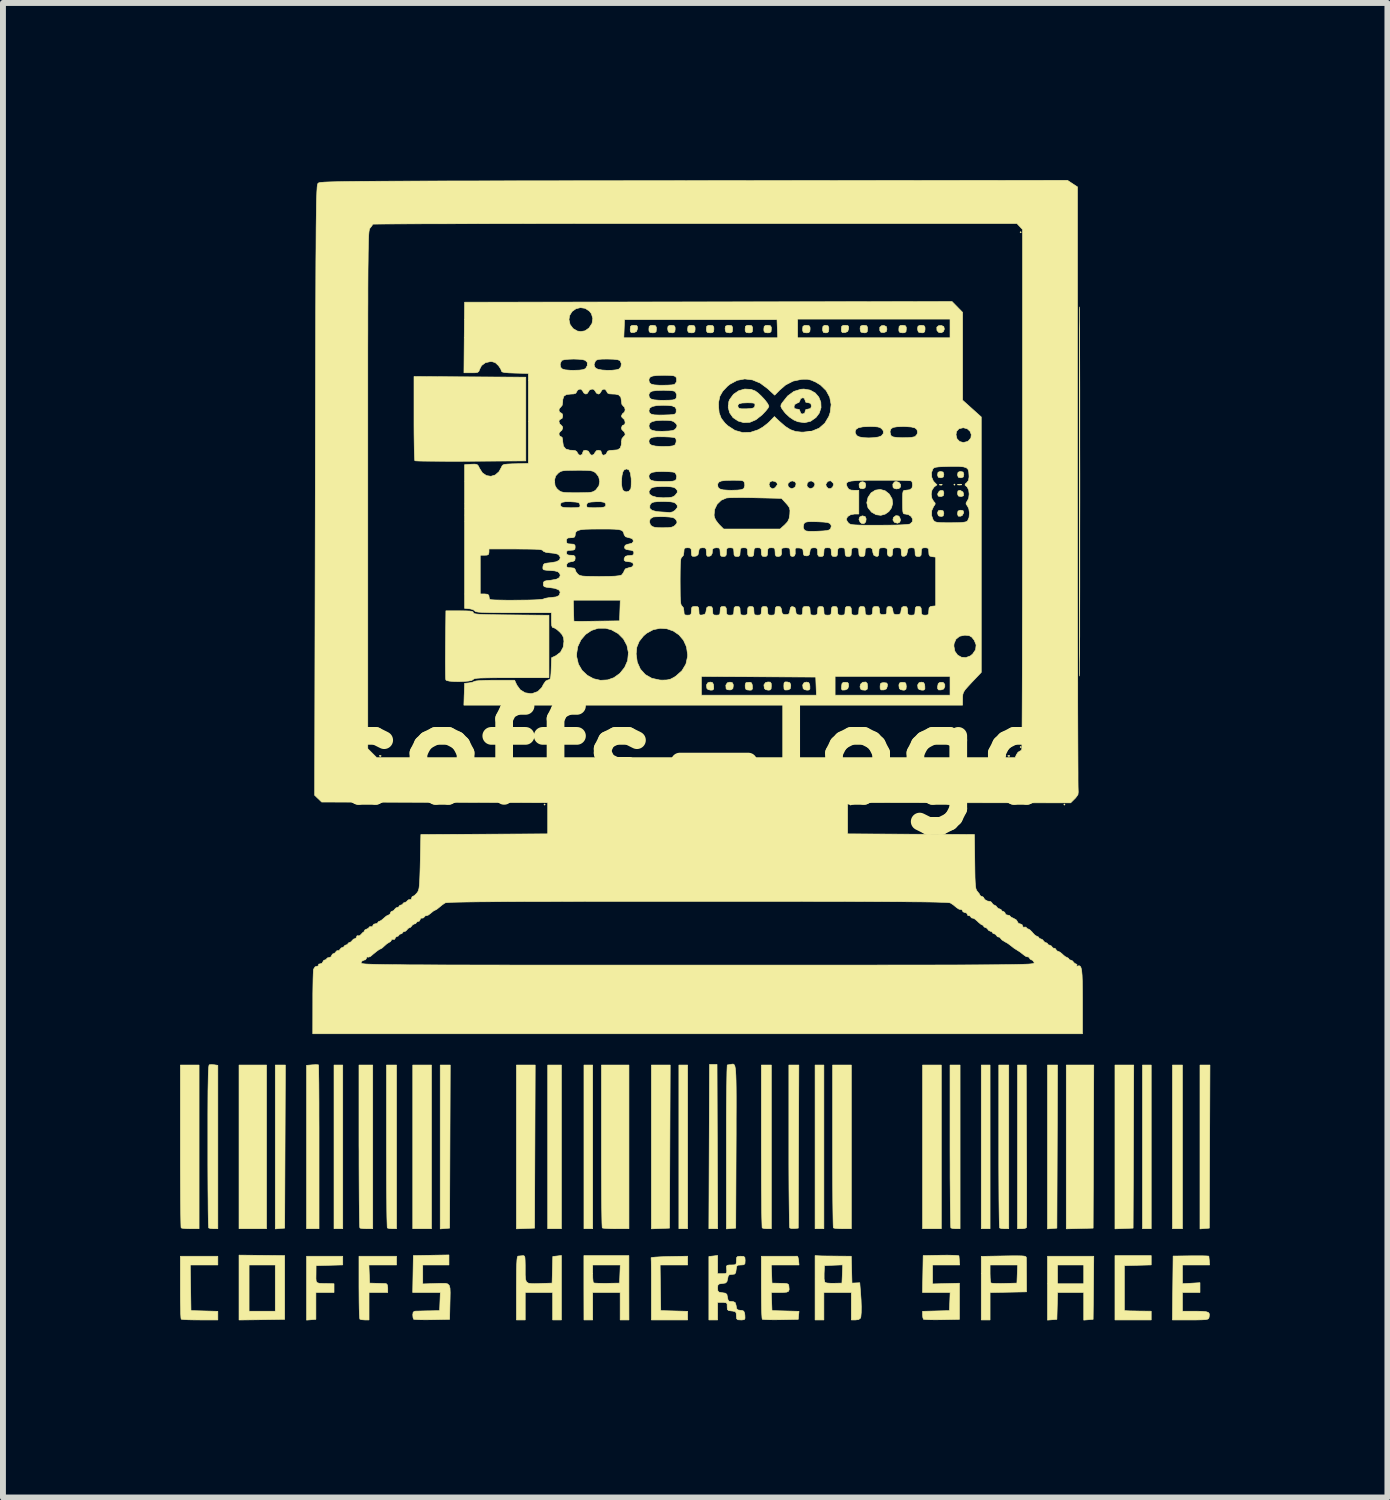
<source format=kicad_pcb>
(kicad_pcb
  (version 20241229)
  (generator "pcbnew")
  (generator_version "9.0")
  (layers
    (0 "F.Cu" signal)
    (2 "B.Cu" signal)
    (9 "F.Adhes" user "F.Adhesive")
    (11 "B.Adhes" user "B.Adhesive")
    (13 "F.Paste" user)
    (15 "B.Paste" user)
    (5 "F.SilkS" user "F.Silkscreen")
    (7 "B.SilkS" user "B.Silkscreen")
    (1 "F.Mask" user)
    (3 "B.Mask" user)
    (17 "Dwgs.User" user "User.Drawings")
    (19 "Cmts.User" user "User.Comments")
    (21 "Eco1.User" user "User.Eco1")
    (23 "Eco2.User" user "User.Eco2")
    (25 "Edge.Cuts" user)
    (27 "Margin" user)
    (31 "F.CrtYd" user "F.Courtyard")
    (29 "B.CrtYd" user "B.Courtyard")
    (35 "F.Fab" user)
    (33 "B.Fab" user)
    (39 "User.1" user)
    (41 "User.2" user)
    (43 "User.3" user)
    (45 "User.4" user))
  (footprint "coffs-logo"
    (layer "F.Cu")
    (at 8.683 9.742)
    (property "Reference" "coffs-logo" (at 0 0 0) (layer "F.SilkS") (effects (font (size 1.524 1.524) (thickness 0.3))))
    (attr through_hole)
    (fp_poly (pts (xy -7.218 8.022) (xy -7.684 8.022) (xy -7.684 5.249) (xy -7.218 5.249) (xy -7.218 8.022)) (stroke (width 0.01) (type solid)) (fill yes) (layer "F.SilkS"))
    (fp_poly (pts (xy -5.927 8.022) (xy -6.075 8.022) (xy -6.075 5.249) (xy -5.927 5.249) (xy -5.927 8.022)) (stroke (width 0.01) (type solid)) (fill yes) (layer "F.SilkS"))
    (fp_poly (pts (xy -4.424 8.022) (xy -4.741 8.022) (xy -4.741 5.249) (xy -4.424 5.249) (xy -4.424 8.022)) (stroke (width 0.01) (type solid)) (fill yes) (layer "F.SilkS"))
    (fp_poly (pts (xy -2.678 8.012) (xy -2.985 8.024) (xy -2.985 5.249) (xy -2.667 5.249) (xy -2.678 8.012)) (stroke (width 0.01) (type solid)) (fill yes) (layer "F.SilkS"))
    (fp_poly (pts (xy -2.498 0.836) (xy -2.508 0.847) (xy -2.519 0.836) (xy -2.508 0.826) (xy -2.498 0.836)) (stroke (width 0.01) (type solid)) (fill yes) (layer "F.SilkS"))
    (fp_poly (pts (xy -2.223 8.022) (xy -2.455 8.022) (xy -2.455 5.249) (xy -2.223 5.249) (xy -2.223 8.022)) (stroke (width 0.01) (type solid)) (fill yes) (layer "F.SilkS"))
    (fp_poly (pts (xy -1.693 8.022) (xy -1.841 8.022) (xy -1.841 5.249) (xy -1.693 5.249) (xy -1.693 8.022)) (stroke (width 0.01) (type solid)) (fill yes) (layer "F.SilkS"))
    (fp_poly (pts (xy -0.392 8.012) (xy -0.699 8.024) (xy -0.699 5.249) (xy -0.38 5.249) (xy -0.392 8.012)) (stroke (width 0.01) (type solid)) (fill yes) (layer "F.SilkS"))
    (fp_poly (pts (xy -0.085 8.022) (xy -0.233 8.022) (xy -0.233 5.249) (xy -0.085 5.249) (xy -0.085 8.022)) (stroke (width 0.01) (type solid)) (fill yes) (layer "F.SilkS"))
    (fp_poly (pts (xy 2.223 8.022) (xy 2.074 8.022) (xy 2.074 5.249) (xy 2.223 5.249) (xy 2.223 8.022)) (stroke (width 0.01) (type solid)) (fill yes) (layer "F.SilkS"))
    (fp_poly (pts (xy 2.688 0.836) (xy 2.678 0.847) (xy 2.667 0.836) (xy 2.678 0.826) (xy 2.688 0.836)) (stroke (width 0.01) (type solid)) (fill yes) (layer "F.SilkS"))
    (fp_poly (pts (xy 4.212 8.022) (xy 3.895 8.022) (xy 3.895 5.249) (xy 4.212 5.249) (xy 4.212 8.022)) (stroke (width 0.01) (type solid)) (fill yes) (layer "F.SilkS"))
    (fp_poly (pts (xy 4.445 -4.583) (xy 4.434 -4.572) (xy 4.424 -4.583) (xy 4.434 -4.593) (xy 4.445 -4.583)) (stroke (width 0.01) (type solid)) (fill yes) (layer "F.SilkS"))
    (fp_poly (pts (xy 5.038 8.022) (xy 4.889 8.022) (xy 4.889 5.249) (xy 5.038 5.249) (xy 5.038 8.022)) (stroke (width 0.01) (type solid)) (fill yes) (layer "F.SilkS"))
    (fp_poly (pts (xy 5.567 -8.858) (xy 5.556 -8.848) (xy 5.546 -8.858) (xy 5.556 -8.869) (xy 5.567 -8.858)) (stroke (width 0.01) (type solid)) (fill yes) (layer "F.SilkS"))
    (fp_poly (pts (xy 5.567 -0.138) (xy 5.556 -0.127) (xy 5.546 -0.138) (xy 5.556 -0.148) (xy 5.567 -0.138)) (stroke (width 0.01) (type solid)) (fill yes) (layer "F.SilkS"))
    (fp_poly (pts (xy 6.308 0.836) (xy 6.297 0.847) (xy 6.287 0.836) (xy 6.297 0.826) (xy 6.308 0.836)) (stroke (width 0.01) (type solid)) (fill yes) (layer "F.SilkS"))
    (fp_poly (pts (xy 7.768 8.022) (xy 7.62 8.022) (xy 7.62 5.249) (xy 7.768 5.249) (xy 7.768 8.022)) (stroke (width 0.01) (type solid)) (fill yes) (layer "F.SilkS"))
    (fp_poly (pts (xy 8.297 8.022) (xy 8.128 8.022) (xy 8.128 5.249) (xy 8.297 5.249) (xy 8.297 8.022)) (stroke (width 0.01) (type solid)) (fill yes) (layer "F.SilkS"))
    (fp_poly (pts (xy -4.117 8.012) (xy -4.196 8.018) (xy -4.276 8.025) (xy -4.276 5.249) (xy -4.106 5.249) (xy -4.117 8.012)) (stroke (width 0.01) (type solid)) (fill yes) (layer "F.SilkS"))
    (fp_poly (pts (xy 0.413 5.239) (xy 0.418 6.631) (xy 0.424 8.022) (xy 0.275 8.022) (xy 0.286 5.239) (xy 0.413 5.239)) (stroke (width 0.01) (type solid)) (fill yes) (layer "F.SilkS"))
    (fp_poly (pts (xy 6.17 8.012) (xy 6.091 8.018) (xy 6.011 8.025) (xy 6.011 5.249) (xy 6.181 5.249) (xy 6.17 8.012)) (stroke (width 0.01) (type solid)) (fill yes) (layer "F.SilkS"))
    (fp_poly (pts (xy 6.784 8.012) (xy 6.556 8.018) (xy 6.329 8.024) (xy 6.329 5.249) (xy 6.795 5.249) (xy 6.784 8.012)) (stroke (width 0.01) (type solid)) (fill yes) (layer "F.SilkS"))
    (fp_poly (pts (xy 8.752 8.012) (xy 8.673 8.018) (xy 8.594 8.025) (xy 8.594 5.249) (xy 8.763 5.249) (xy 8.752 8.012)) (stroke (width 0.01) (type solid)) (fill yes) (layer "F.SilkS"))
    (fp_poly (pts (xy -6.905 6.63) (xy -6.911 8.012) (xy -6.99 8.018) (xy -7.07 8.025) (xy -7.07 5.249) (xy -6.899 5.249) (xy -6.905 6.63)) (stroke (width 0.01) (type solid)) (fill yes) (layer "F.SilkS"))
    (fp_poly (pts (xy -5.278 0.007) (xy -5.28 0.02) (xy -5.292 0.021) (xy -5.309 0.013) (xy -5.306 0.007) (xy -5.281 0.005) (xy -5.278 0.007)) (stroke (width 0.01) (type solid)) (fill yes) (layer "F.SilkS"))
    (fp_poly (pts (xy 4.228 -4.585) (xy 4.221 -4.575) (xy 4.2 -4.574) (xy 4.177 -4.579) (xy 4.187 -4.586) (xy 4.22 -4.589) (xy 4.228 -4.585)) (stroke (width 0.01) (type solid)) (fill yes) (layer "F.SilkS"))
    (fp_poly (pts (xy 5.307 0.008) (xy 5.301 0.018) (xy 5.279 0.019) (xy 5.257 0.014) (xy 5.267 0.007) (xy 5.3 0.004) (xy 5.307 0.008)) (stroke (width 0.01) (type solid)) (fill yes) (layer "F.SilkS"))
    (fp_poly (pts (xy 5.369 0.007) (xy 5.366 0.02) (xy 5.355 0.021) (xy 5.338 0.013) (xy 5.341 0.007) (xy 5.366 0.005) (xy 5.369 0.007)) (stroke (width 0.01) (type solid)) (fill yes) (layer "F.SilkS"))
    (fp_poly (pts (xy 7.467 6.63) (xy 7.461 8.012) (xy 7.308 8.018) (xy 7.154 8.024) (xy 7.154 5.249) (xy 7.472 5.249) (xy 7.467 6.63)) (stroke (width 0.01) (type solid)) (fill yes) (layer "F.SilkS"))
    (fp_poly (pts (xy 4.557 -4.586) (xy 4.557 -4.579) (xy 4.524 -4.576) (xy 4.519 -4.576) (xy 4.486 -4.579) (xy 4.489 -4.586) (xy 4.493 -4.587) (xy 4.539 -4.59) (xy 4.557 -4.586)) (stroke (width 0.01) (type solid)) (fill yes) (layer "F.SilkS"))
    (fp_poly (pts (xy 2.922 -4.613) (xy 2.932 -4.572) (xy 2.92 -4.528) (xy 2.884 -4.512) (xy 2.839 -4.52) (xy 2.823 -4.539) (xy 2.819 -4.591) (xy 2.844 -4.625) (xy 2.884 -4.632) (xy 2.922 -4.613)) (stroke (width 0.01) (type solid)) (fill yes) (layer "F.SilkS"))
    (fp_poly (pts (xy 2.922 -4.042) (xy 2.939 -4.003) (xy 2.932 -3.951) (xy 2.903 -3.923) (xy 2.863 -3.925) (xy 2.837 -3.947) (xy 2.817 -3.994) (xy 2.83 -4.034) (xy 2.872 -4.053) (xy 2.879 -4.053) (xy 2.922 -4.042)) (stroke (width 0.01) (type solid)) (fill yes) (layer "F.SilkS"))
    (fp_poly (pts (xy 3.281 -7.26) (xy 3.291 -7.218) (xy 3.281 -7.176) (xy 3.244 -7.16) (xy 3.236 -7.158) (xy 3.19 -7.163) (xy 3.17 -7.193) (xy 3.17 -7.248) (xy 3.202 -7.276) (xy 3.241 -7.278) (xy 3.281 -7.26)) (stroke (width 0.01) (type solid)) (fill yes) (layer "F.SilkS"))
    (fp_poly (pts (xy 3.484 -4.053) (xy 3.505 -4.034) (xy 3.522 -3.985) (xy 3.508 -3.946) (xy 3.472 -3.929) (xy 3.423 -3.942) (xy 3.417 -3.946) (xy 3.392 -3.984) (xy 3.402 -4.027) (xy 3.442 -4.057) (xy 3.484 -4.053)) (stroke (width 0.01) (type solid)) (fill yes) (layer "F.SilkS"))
    (fp_poly (pts (xy 3.496 -4.62) (xy 3.524 -4.582) (xy 3.522 -4.543) (xy 3.494 -4.516) (xy 3.448 -4.51) (xy 3.408 -4.523) (xy 3.394 -4.54) (xy 3.391 -4.591) (xy 3.417 -4.627) (xy 3.447 -4.636) (xy 3.496 -4.62)) (stroke (width 0.01) (type solid)) (fill yes) (layer "F.SilkS"))
    (fp_poly (pts (xy 4.242 -1.233) (xy 4.271 -1.2) (xy 4.272 -1.162) (xy 4.253 -1.121) (xy 4.207 -1.105) (xy 4.166 -1.105) (xy 4.15 -1.127) (xy 4.149 -1.16) (xy 4.16 -1.213) (xy 4.189 -1.233) (xy 4.242 -1.233)) (stroke (width 0.01) (type solid)) (fill yes) (layer "F.SilkS"))
    (fp_poly (pts (xy 4.254 -7.26) (xy 4.264 -7.218) (xy 4.248 -7.175) (xy 4.211 -7.155) (xy 4.17 -7.16) (xy 4.14 -7.192) (xy 4.138 -7.198) (xy 4.136 -7.249) (xy 4.168 -7.276) (xy 4.215 -7.278) (xy 4.254 -7.26)) (stroke (width 0.01) (type solid)) (fill yes) (layer "F.SilkS"))
    (fp_poly (pts (xy 0.334 -1.231) (xy 0.351 -1.201) (xy 0.356 -1.169) (xy 0.357 -1.122) (xy 0.34 -1.104) (xy 0.308 -1.101) (xy 0.262 -1.111) (xy 0.241 -1.131) (xy 0.234 -1.189) (xy 0.258 -1.227) (xy 0.297 -1.238) (xy 0.334 -1.231)) (stroke (width 0.01) (type solid)) (fill yes) (layer "F.SilkS"))
    (fp_poly (pts (xy 0.672 -1.228) (xy 0.687 -1.198) (xy 0.688 -1.173) (xy 0.681 -1.127) (xy 0.652 -1.108) (xy 0.632 -1.105) (xy 0.587 -1.109) (xy 0.567 -1.125) (xy 0.562 -1.185) (xy 0.587 -1.225) (xy 0.631 -1.237) (xy 0.672 -1.228)) (stroke (width 0.01) (type solid)) (fill yes) (layer "F.SilkS"))
    (fp_poly (pts (xy 1.315 -1.237) (xy 1.331 -1.215) (xy 1.333 -1.172) (xy 1.329 -1.123) (xy 1.31 -1.104) (xy 1.28 -1.101) (xy 1.235 -1.111) (xy 1.215 -1.131) (xy 1.207 -1.19) (xy 1.234 -1.229) (xy 1.276 -1.24) (xy 1.315 -1.237)) (stroke (width 0.01) (type solid)) (fill yes) (layer "F.SilkS"))
    (fp_poly (pts (xy 1.964 -1.231) (xy 1.981 -1.2) (xy 1.986 -1.169) (xy 1.986 -1.122) (xy 1.97 -1.104) (xy 1.937 -1.101) (xy 1.892 -1.111) (xy 1.871 -1.131) (xy 1.864 -1.189) (xy 1.887 -1.227) (xy 1.927 -1.238) (xy 1.964 -1.231)) (stroke (width 0.01) (type solid)) (fill yes) (layer "F.SilkS"))
    (fp_poly (pts (xy 3.911 -1.23) (xy 3.929 -1.2) (xy 3.933 -1.169) (xy 3.934 -1.122) (xy 3.917 -1.103) (xy 3.885 -1.101) (xy 3.839 -1.111) (xy 3.818 -1.131) (xy 3.811 -1.189) (xy 3.835 -1.227) (xy 3.874 -1.237) (xy 3.911 -1.23)) (stroke (width 0.01) (type solid)) (fill yes) (layer "F.SilkS"))
    (fp_poly (pts (xy 4.242 -4.14) (xy 4.254 -4.106) (xy 4.255 -4.096) (xy 4.244 -4.053) (xy 4.216 -4.043) (xy 4.175 -4.05) (xy 4.163 -4.057) (xy 4.151 -4.088) (xy 4.149 -4.11) (xy 4.163 -4.141) (xy 4.202 -4.149) (xy 4.242 -4.14)) (stroke (width 0.01) (type solid)) (fill yes) (layer "F.SilkS"))
    (fp_poly (pts (xy 4.242 -4.481) (xy 4.254 -4.45) (xy 4.255 -4.436) (xy 4.246 -4.395) (xy 4.214 -4.382) (xy 4.2 -4.381) (xy 4.16 -4.388) (xy 4.151 -4.416) (xy 4.152 -4.429) (xy 4.177 -4.472) (xy 4.207 -4.484) (xy 4.242 -4.481)) (stroke (width 0.01) (type solid)) (fill yes) (layer "F.SilkS"))
    (fp_poly (pts (xy 4.535 -4.484) (xy 4.578 -4.459) (xy 4.589 -4.429) (xy 4.587 -4.394) (xy 4.556 -4.382) (xy 4.542 -4.381) (xy 4.501 -4.39) (xy 4.488 -4.422) (xy 4.487 -4.436) (xy 4.494 -4.476) (xy 4.522 -4.485) (xy 4.535 -4.484)) (stroke (width 0.01) (type solid)) (fill yes) (layer "F.SilkS"))
    (fp_poly (pts (xy 4.581 -4.142) (xy 4.591 -4.114) (xy 4.589 -4.101) (xy 4.565 -4.058) (xy 4.535 -4.047) (xy 4.499 -4.049) (xy 4.488 -4.08) (xy 4.487 -4.094) (xy 4.495 -4.135) (xy 4.528 -4.148) (xy 4.542 -4.149) (xy 4.581 -4.142)) (stroke (width 0.01) (type solid)) (fill yes) (layer "F.SilkS"))
    (fp_poly (pts (xy -0.948 -7.277) (xy -0.934 -7.256) (xy -0.935 -7.223) (xy -0.95 -7.178) (xy -0.99 -7.16) (xy -1 -7.158) (xy -1.041 -7.158) (xy -1.056 -7.18) (xy -1.058 -7.216) (xy -1.053 -7.262) (xy -1.03 -7.279) (xy -0.993 -7.281) (xy -0.948 -7.277)) (stroke (width 0.01) (type solid)) (fill yes) (layer "F.SilkS"))
    (fp_poly (pts (xy -0.632 -7.276) (xy -0.616 -7.251) (xy -0.614 -7.218) (xy -0.619 -7.173) (xy -0.644 -7.156) (xy -0.677 -7.154) (xy -0.722 -7.16) (xy -0.739 -7.184) (xy -0.741 -7.218) (xy -0.736 -7.263) (xy -0.711 -7.279) (xy -0.677 -7.281) (xy -0.632 -7.276)) (stroke (width 0.01) (type solid)) (fill yes) (layer "F.SilkS"))
    (fp_poly (pts (xy 0.024 -7.276) (xy 0.04 -7.251) (xy 0.042 -7.218) (xy 0.037 -7.173) (xy 0.012 -7.156) (xy -0.021 -7.154) (xy -0.066 -7.16) (xy -0.083 -7.184) (xy -0.085 -7.218) (xy -0.079 -7.263) (xy -0.055 -7.279) (xy -0.021 -7.281) (xy 0.024 -7.276)) (stroke (width 0.01) (type solid)) (fill yes) (layer "F.SilkS"))
    (fp_poly (pts (xy 0.341 -7.276) (xy 0.358 -7.251) (xy 0.36 -7.218) (xy 0.355 -7.173) (xy 0.33 -7.156) (xy 0.296 -7.154) (xy 0.251 -7.16) (xy 0.235 -7.184) (xy 0.233 -7.218) (xy 0.238 -7.263) (xy 0.263 -7.279) (xy 0.296 -7.281) (xy 0.341 -7.276)) (stroke (width 0.01) (type solid)) (fill yes) (layer "F.SilkS"))
    (fp_poly (pts (xy 0.997 -7.276) (xy 1.014 -7.251) (xy 1.016 -7.218) (xy 1.011 -7.173) (xy 0.986 -7.156) (xy 0.953 -7.154) (xy 0.908 -7.16) (xy 0.891 -7.184) (xy 0.889 -7.218) (xy 0.894 -7.263) (xy 0.919 -7.279) (xy 0.953 -7.281) (xy 0.997 -7.276)) (stroke (width 0.01) (type solid)) (fill yes) (layer "F.SilkS"))
    (fp_poly (pts (xy 1.315 -7.276) (xy 1.332 -7.251) (xy 1.333 -7.218) (xy 1.328 -7.173) (xy 1.304 -7.156) (xy 1.27 -7.154) (xy 1.225 -7.16) (xy 1.208 -7.184) (xy 1.206 -7.218) (xy 1.212 -7.263) (xy 1.236 -7.279) (xy 1.27 -7.281) (xy 1.315 -7.276)) (stroke (width 0.01) (type solid)) (fill yes) (layer "F.SilkS"))
    (fp_poly (pts (xy 1.603 -1.24) (xy 1.646 -1.228) (xy 1.661 -1.195) (xy 1.662 -1.172) (xy 1.654 -1.127) (xy 1.625 -1.108) (xy 1.603 -1.105) (xy 1.564 -1.104) (xy 1.548 -1.123) (xy 1.545 -1.172) (xy 1.548 -1.221) (xy 1.565 -1.24) (xy 1.603 -1.24)) (stroke (width 0.01) (type solid)) (fill yes) (layer "F.SilkS"))
    (fp_poly (pts (xy 1.971 -7.276) (xy 1.988 -7.251) (xy 1.99 -7.218) (xy 1.984 -7.173) (xy 1.96 -7.156) (xy 1.926 -7.154) (xy 1.881 -7.16) (xy 1.865 -7.184) (xy 1.863 -7.218) (xy 1.868 -7.263) (xy 1.893 -7.279) (xy 1.926 -7.281) (xy 1.971 -7.276)) (stroke (width 0.01) (type solid)) (fill yes) (layer "F.SilkS"))
    (fp_poly (pts (xy 2.292 -7.274) (xy 2.306 -7.245) (xy 2.307 -7.218) (xy 2.301 -7.172) (xy 2.277 -7.156) (xy 2.254 -7.154) (xy 2.216 -7.161) (xy 2.203 -7.19) (xy 2.201 -7.218) (xy 2.207 -7.263) (xy 2.231 -7.28) (xy 2.254 -7.281) (xy 2.292 -7.274)) (stroke (width 0.01) (type solid)) (fill yes) (layer "F.SilkS"))
    (fp_poly (pts (xy 2.626 -1.23) (xy 2.64 -1.21) (xy 2.642 -1.169) (xy 2.627 -1.125) (xy 2.588 -1.106) (xy 2.576 -1.104) (xy 2.535 -1.103) (xy 2.521 -1.121) (xy 2.523 -1.168) (xy 2.53 -1.213) (xy 2.55 -1.232) (xy 2.594 -1.234) (xy 2.626 -1.23)) (stroke (width 0.01) (type solid)) (fill yes) (layer "F.SilkS"))
    (fp_poly (pts (xy 2.629 -7.277) (xy 2.643 -7.256) (xy 2.642 -7.223) (xy 2.627 -7.178) (xy 2.587 -7.16) (xy 2.577 -7.158) (xy 2.536 -7.158) (xy 2.521 -7.18) (xy 2.519 -7.216) (xy 2.524 -7.262) (xy 2.547 -7.279) (xy 2.584 -7.281) (xy 2.629 -7.277)) (stroke (width 0.01) (type solid)) (fill yes) (layer "F.SilkS"))
    (fp_poly (pts (xy 2.957 -1.215) (xy 2.963 -1.163) (xy 2.957 -1.118) (xy 2.932 -1.102) (xy 2.914 -1.101) (xy 2.869 -1.106) (xy 2.85 -1.115) (xy 2.834 -1.156) (xy 2.845 -1.203) (xy 2.878 -1.233) (xy 2.882 -1.235) (xy 2.933 -1.239) (xy 2.957 -1.215)) (stroke (width 0.01) (type solid)) (fill yes) (layer "F.SilkS"))
    (fp_poly (pts (xy 3.285 -1.223) (xy 3.3 -1.202) (xy 3.298 -1.169) (xy 3.283 -1.124) (xy 3.243 -1.106) (xy 3.233 -1.105) (xy 3.192 -1.105) (xy 3.177 -1.126) (xy 3.175 -1.163) (xy 3.18 -1.208) (xy 3.204 -1.225) (xy 3.24 -1.228) (xy 3.285 -1.223)) (stroke (width 0.01) (type solid)) (fill yes) (layer "F.SilkS"))
    (fp_poly (pts (xy 3.601 -7.276) (xy 3.618 -7.251) (xy 3.619 -7.218) (xy 3.614 -7.173) (xy 3.59 -7.156) (xy 3.556 -7.154) (xy 3.511 -7.16) (xy 3.494 -7.184) (xy 3.493 -7.218) (xy 3.498 -7.263) (xy 3.522 -7.279) (xy 3.556 -7.281) (xy 3.601 -7.276)) (stroke (width 0.01) (type solid)) (fill yes) (layer "F.SilkS"))
    (fp_poly (pts (xy 4.242 -4.796) (xy 4.254 -4.762) (xy 4.255 -4.752) (xy 4.246 -4.712) (xy 4.211 -4.699) (xy 4.202 -4.699) (xy 4.161 -4.708) (xy 4.149 -4.742) (xy 4.149 -4.752) (xy 4.157 -4.792) (xy 4.192 -4.805) (xy 4.202 -4.805) (xy 4.242 -4.796)) (stroke (width 0.01) (type solid)) (fill yes) (layer "F.SilkS"))
    (fp_poly (pts (xy 4.581 -4.796) (xy 4.593 -4.762) (xy 4.593 -4.752) (xy 4.584 -4.712) (xy 4.55 -4.699) (xy 4.54 -4.699) (xy 4.5 -4.708) (xy 4.488 -4.742) (xy 4.487 -4.752) (xy 4.496 -4.792) (xy 4.53 -4.805) (xy 4.54 -4.805) (xy 4.581 -4.796)) (stroke (width 0.01) (type solid)) (fill yes) (layer "F.SilkS"))
    (fp_poly (pts (xy -7.297 8.473) (xy -6.911 8.477) (xy -6.911 9.557) (xy -7.297 9.563) (xy -7.684 9.568) (xy -7.684 8.636) (xy -7.514 8.636) (xy -7.514 9.419) (xy -7.07 9.419) (xy -7.07 8.636) (xy -7.514 8.636) (xy -7.684 8.636) (xy -7.684 8.469) (xy -7.297 8.473)) (stroke (width 0.01) (type solid)) (fill yes) (layer "F.SilkS"))
    (fp_poly (pts (xy -0.315 -7.276) (xy -0.298 -7.251) (xy -0.296 -7.218) (xy -0.302 -7.172) (xy -0.326 -7.156) (xy -0.346 -7.154) (xy -0.39 -7.16) (xy -0.409 -7.168) (xy -0.42 -7.199) (xy -0.423 -7.232) (xy -0.416 -7.267) (xy -0.385 -7.28) (xy -0.36 -7.281) (xy -0.315 -7.276)) (stroke (width 0.01) (type solid)) (fill yes) (layer "F.SilkS"))
    (fp_poly (pts (xy 0.659 -7.276) (xy 0.675 -7.251) (xy 0.677 -7.218) (xy 0.671 -7.172) (xy 0.647 -7.156) (xy 0.628 -7.154) (xy 0.583 -7.16) (xy 0.564 -7.168) (xy 0.553 -7.199) (xy 0.55 -7.232) (xy 0.558 -7.267) (xy 0.589 -7.28) (xy 0.614 -7.281) (xy 0.659 -7.276)) (stroke (width 0.01) (type solid)) (fill yes) (layer "F.SilkS"))
    (fp_poly (pts (xy 0.998 -1.224) (xy 1.01 -1.19) (xy 1.012 -1.169) (xy 1.013 -1.122) (xy 0.996 -1.103) (xy 0.968 -1.101) (xy 0.923 -1.106) (xy 0.903 -1.115) (xy 0.891 -1.146) (xy 0.89 -1.189) (xy 0.9 -1.223) (xy 0.91 -1.23) (xy 0.969 -1.235) (xy 0.998 -1.224)) (stroke (width 0.01) (type solid)) (fill yes) (layer "F.SilkS"))
    (fp_poly (pts (xy 2.945 -7.276) (xy 2.961 -7.251) (xy 2.963 -7.218) (xy 2.957 -7.172) (xy 2.933 -7.156) (xy 2.914 -7.154) (xy 2.869 -7.16) (xy 2.85 -7.168) (xy 2.839 -7.199) (xy 2.836 -7.232) (xy 2.844 -7.267) (xy 2.875 -7.28) (xy 2.9 -7.281) (xy 2.945 -7.276)) (stroke (width 0.01) (type solid)) (fill yes) (layer "F.SilkS"))
    (fp_poly (pts (xy 3.598 -1.23) (xy 3.613 -1.21) (xy 3.619 -1.164) (xy 3.619 -1.164) (xy 3.614 -1.119) (xy 3.59 -1.102) (xy 3.566 -1.101) (xy 3.521 -1.111) (xy 3.501 -1.131) (xy 3.494 -1.178) (xy 3.496 -1.2) (xy 3.51 -1.226) (xy 3.543 -1.234) (xy 3.598 -1.23)) (stroke (width 0.01) (type solid)) (fill yes) (layer "F.SilkS"))
    (fp_poly (pts (xy 3.918 -7.276) (xy 3.935 -7.251) (xy 3.937 -7.218) (xy 3.931 -7.172) (xy 3.907 -7.156) (xy 3.888 -7.154) (xy 3.843 -7.16) (xy 3.824 -7.168) (xy 3.813 -7.199) (xy 3.81 -7.232) (xy 3.818 -7.267) (xy 3.849 -7.28) (xy 3.873 -7.281) (xy 3.918 -7.276)) (stroke (width 0.01) (type solid)) (fill yes) (layer "F.SilkS"))
    (fp_poly (pts (xy 1.789 8.012) (xy 1.724 8.018) (xy 1.674 8.018) (xy 1.645 8.009) (xy 1.642 7.986) (xy 1.64 7.924) (xy 1.638 7.827) (xy 1.636 7.698) (xy 1.634 7.541) (xy 1.632 7.36) (xy 1.631 7.157) (xy 1.63 6.938) (xy 1.63 6.704) (xy 1.63 6.622) (xy 1.63 5.249) (xy 1.799 5.249) (xy 1.789 8.012)) (stroke (width 0.01) (type solid)) (fill yes) (layer "F.SilkS"))
    (fp_poly (pts (xy 7.768 8.556) (xy 7.768 8.635) (xy 7.541 8.641) (xy 7.313 8.647) (xy 7.313 9.409) (xy 7.366 9.412) (xy 7.412 9.414) (xy 7.486 9.415) (xy 7.574 9.417) (xy 7.594 9.417) (xy 7.768 9.419) (xy 7.768 9.567) (xy 7.154 9.567) (xy 7.154 9.022) (xy 7.154 8.477) (xy 7.768 8.477) (xy 7.768 8.556)) (stroke (width 0.01) (type solid)) (fill yes) (layer "F.SilkS"))
    (fp_poly (pts (xy -6.345 5.245) (xy -6.338 5.247) (xy -6.336 5.269) (xy -6.335 5.33) (xy -6.334 5.427) (xy -6.332 5.555) (xy -6.331 5.711) (xy -6.33 5.892) (xy -6.33 6.093) (xy -6.329 6.313) (xy -6.329 6.546) (xy -6.329 6.639) (xy -6.329 8.022) (xy -6.54 8.022) (xy -6.54 5.254) (xy -6.444 5.246) (xy -6.384 5.243) (xy -6.345 5.245)) (stroke (width 0.01) (type solid)) (fill yes) (layer "F.SilkS"))
    (fp_poly (pts (xy -5.927 8.635) (xy -6.379 8.647) (xy -6.38 8.795) (xy -6.381 8.866) (xy -6.377 8.911) (xy -6.36 8.936) (xy -6.322 8.947) (xy -6.256 8.95) (xy -6.186 8.951) (xy -6.075 8.954) (xy -6.075 9.102) (xy -6.228 9.102) (xy -6.382 9.102) (xy -6.382 9.557) (xy -6.54 9.57) (xy -6.54 8.488) (xy -5.927 8.488) (xy -5.927 8.635)) (stroke (width 0.01) (type solid)) (fill yes) (layer "F.SilkS"))
    (fp_poly (pts (xy -5.419 8.022) (xy -5.521 8.022) (xy -5.584 8.019) (xy -5.627 8.013) (xy -5.637 8.008) (xy -5.64 7.985) (xy -5.642 7.923) (xy -5.644 7.826) (xy -5.646 7.697) (xy -5.648 7.541) (xy -5.649 7.36) (xy -5.65 7.157) (xy -5.651 6.938) (xy -5.651 6.705) (xy -5.652 6.622) (xy -5.652 5.249) (xy -5.419 5.249) (xy -5.419 8.022)) (stroke (width 0.01) (type solid)) (fill yes) (layer "F.SilkS"))
    (fp_poly (pts (xy -5.016 8.022) (xy -5.087 8.022) (xy -5.139 8.018) (xy -5.171 8.009) (xy -5.172 8.008) (xy -5.174 7.985) (xy -5.176 7.923) (xy -5.179 7.826) (xy -5.181 7.697) (xy -5.182 7.541) (xy -5.184 7.36) (xy -5.185 7.157) (xy -5.185 6.938) (xy -5.186 6.705) (xy -5.186 6.622) (xy -5.186 5.249) (xy -5.016 5.249) (xy -5.016 8.022)) (stroke (width 0.01) (type solid)) (fill yes) (layer "F.SilkS"))
    (fp_poly (pts (xy 1.333 8.022) (xy 1.263 8.022) (xy 1.211 8.018) (xy 1.179 8.009) (xy 1.178 8.008) (xy 1.176 7.985) (xy 1.174 7.923) (xy 1.171 7.826) (xy 1.169 7.697) (xy 1.168 7.541) (xy 1.166 7.36) (xy 1.165 7.157) (xy 1.165 6.938) (xy 1.164 6.705) (xy 1.164 6.622) (xy 1.164 5.249) (xy 1.333 5.249) (xy 1.333 8.022)) (stroke (width 0.01) (type solid)) (fill yes) (layer "F.SilkS"))
    (fp_poly (pts (xy 3.259 -4.48) (xy 3.331 -4.423) (xy 3.332 -4.421) (xy 3.378 -4.342) (xy 3.388 -4.262) (xy 3.367 -4.188) (xy 3.323 -4.126) (xy 3.261 -4.083) (xy 3.188 -4.063) (xy 3.108 -4.073) (xy 3.03 -4.117) (xy 2.97 -4.191) (xy 2.95 -4.276) (xy 2.971 -4.367) (xy 3.023 -4.444) (xy 3.095 -4.489) (xy 3.177 -4.501) (xy 3.259 -4.48)) (stroke (width 0.01) (type solid)) (fill yes) (layer "F.SilkS"))
    (fp_poly (pts (xy 4.53 8.022) (xy 4.459 8.022) (xy 4.407 8.018) (xy 4.375 8.009) (xy 4.374 8.008) (xy 4.372 7.985) (xy 4.37 7.923) (xy 4.368 7.826) (xy 4.366 7.697) (xy 4.364 7.541) (xy 4.363 7.36) (xy 4.361 7.157) (xy 4.361 6.938) (xy 4.36 6.705) (xy 4.36 6.622) (xy 4.36 5.249) (xy 4.53 5.249) (xy 4.53 8.022)) (stroke (width 0.01) (type solid)) (fill yes) (layer "F.SilkS"))
    (fp_poly (pts (xy 5.355 8.022) (xy 5.285 8.022) (xy 5.232 8.018) (xy 5.201 8.009) (xy 5.2 8.008) (xy 5.198 7.985) (xy 5.195 7.923) (xy 5.193 7.826) (xy 5.191 7.697) (xy 5.189 7.541) (xy 5.188 7.36) (xy 5.187 7.157) (xy 5.186 6.938) (xy 5.186 6.705) (xy 5.186 6.622) (xy 5.186 5.249) (xy 5.355 5.249) (xy 5.355 8.022)) (stroke (width 0.01) (type solid)) (fill yes) (layer "F.SilkS"))
    (fp_poly (pts (xy 5.656 6.615) (xy 5.657 6.851) (xy 5.658 7.076) (xy 5.658 7.284) (xy 5.658 7.473) (xy 5.658 7.639) (xy 5.658 7.778) (xy 5.657 7.886) (xy 5.656 7.961) (xy 5.655 7.998) (xy 5.655 8.001) (xy 5.631 8.015) (xy 5.583 8.022) (xy 5.576 8.022) (xy 5.503 8.022) (xy 5.503 5.249) (xy 5.651 5.249) (xy 5.656 6.615)) (stroke (width 0.01) (type solid)) (fill yes) (layer "F.SilkS"))
    (fp_poly (pts (xy 6.79 9.022) (xy 6.784 9.557) (xy 6.625 9.57) (xy 6.625 9.102) (xy 6.182 9.102) (xy 6.176 9.329) (xy 6.17 9.557) (xy 6.011 9.57) (xy 6.011 8.636) (xy 6.181 8.636) (xy 6.181 8.954) (xy 6.625 8.954) (xy 6.625 8.636) (xy 6.181 8.636) (xy 6.011 8.636) (xy 6.011 8.488) (xy 6.795 8.488) (xy 6.79 9.022)) (stroke (width 0.01) (type solid)) (fill yes) (layer "F.SilkS"))
    (fp_poly (pts (xy -8.361 8.022) (xy -8.505 8.022) (xy -8.58 8.02) (xy -8.637 8.015) (xy -8.664 8.008) (xy -8.664 8.008) (xy -8.667 7.985) (xy -8.669 7.923) (xy -8.671 7.826) (xy -8.673 7.697) (xy -8.675 7.541) (xy -8.676 7.36) (xy -8.677 7.157) (xy -8.678 6.938) (xy -8.678 6.705) (xy -8.678 6.622) (xy -8.678 5.249) (xy -8.361 5.249) (xy -8.361 8.022)) (stroke (width 0.01) (type solid)) (fill yes) (layer "F.SilkS"))
    (fp_poly (pts (xy -1.079 8.022) (xy -1.298 8.022) (xy -1.391 8.021) (xy -1.467 8.017) (xy -1.517 8.012) (xy -1.531 8.008) (xy -1.533 7.985) (xy -1.536 7.923) (xy -1.538 7.826) (xy -1.54 7.697) (xy -1.542 7.541) (xy -1.543 7.36) (xy -1.544 7.157) (xy -1.545 6.938) (xy -1.545 6.705) (xy -1.545 6.622) (xy -1.545 5.249) (xy -1.079 5.249) (xy -1.079 8.022)) (stroke (width 0.01) (type solid)) (fill yes) (layer "F.SilkS"))
    (fp_poly (pts (xy 2.688 8.022) (xy 2.544 8.022) (xy 2.469 8.02) (xy 2.412 8.015) (xy 2.385 8.008) (xy 2.385 8.008) (xy 2.382 7.985) (xy 2.38 7.923) (xy 2.378 7.826) (xy 2.376 7.697) (xy 2.374 7.541) (xy 2.373 7.36) (xy 2.372 7.157) (xy 2.371 6.938) (xy 2.371 6.705) (xy 2.371 6.622) (xy 2.371 5.249) (xy 2.688 5.249) (xy 2.688 8.022)) (stroke (width 0.01) (type solid)) (fill yes) (layer "F.SilkS"))
    (fp_poly (pts (xy -3.773 -6.408) (xy -2.826 -6.403) (xy -2.826 -4.985) (xy -3.759 -4.979) (xy -3.953 -4.978) (xy -4.135 -4.978) (xy -4.299 -4.979) (xy -4.441 -4.98) (xy -4.557 -4.981) (xy -4.643 -4.983) (xy -4.694 -4.986) (xy -4.706 -4.988) (xy -4.709 -5.012) (xy -4.712 -5.073) (xy -4.715 -5.166) (xy -4.717 -5.287) (xy -4.719 -5.43) (xy -4.72 -5.59) (xy -4.72 -5.708) (xy -4.72 -6.414) (xy -3.773 -6.408)) (stroke (width 0.01) (type solid)) (fill yes) (layer "F.SilkS"))
    (fp_poly (pts (xy -8.043 8.636) (xy -8.51 8.636) (xy -8.504 9.022) (xy -8.498 9.409) (xy -8.271 9.415) (xy -8.043 9.421) (xy -8.043 9.567) (xy -8.347 9.567) (xy -8.456 9.566) (xy -8.55 9.564) (xy -8.62 9.56) (xy -8.659 9.555) (xy -8.664 9.553) (xy -8.668 9.529) (xy -8.672 9.468) (xy -8.674 9.377) (xy -8.677 9.261) (xy -8.678 9.127) (xy -8.678 9.013) (xy -8.678 8.488) (xy -8.043 8.488) (xy -8.043 8.636)) (stroke (width 0.01) (type solid)) (fill yes) (layer "F.SilkS"))
    (fp_poly (pts (xy -0.085 8.636) (xy -0.551 8.636) (xy -0.546 9.022) (xy -0.54 9.409) (xy -0.312 9.415) (xy -0.085 9.421) (xy -0.085 9.567) (xy -0.699 9.567) (xy -0.699 9.049) (xy -0.699 8.905) (xy -0.699 8.774) (xy -0.7 8.664) (xy -0.701 8.581) (xy -0.703 8.529) (xy -0.704 8.514) (xy -0.686 8.508) (xy -0.633 8.503) (xy -0.552 8.498) (xy -0.45 8.494) (xy -0.397 8.493) (xy -0.085 8.487) (xy -0.085 8.636)) (stroke (width 0.01) (type solid)) (fill yes) (layer "F.SilkS"))
    (fp_poly (pts (xy -5.016 8.636) (xy -5.484 8.636) (xy -5.472 8.943) (xy -5.345 8.947) (xy -5.272 8.949) (xy -5.215 8.951) (xy -5.191 8.952) (xy -5.172 8.972) (xy -5.165 9.024) (xy -5.165 9.028) (xy -5.165 9.102) (xy -5.482 9.102) (xy -5.482 9.567) (xy -5.553 9.567) (xy -5.605 9.563) (xy -5.636 9.554) (xy -5.637 9.553) (xy -5.641 9.529) (xy -5.645 9.468) (xy -5.648 9.377) (xy -5.65 9.261) (xy -5.651 9.127) (xy -5.652 9.013) (xy -5.652 8.488) (xy -5.016 8.488) (xy -5.016 8.636)) (stroke (width 0.01) (type solid)) (fill yes) (layer "F.SilkS"))
    (fp_poly (pts (xy -1.08 9.022) (xy -1.079 9.567) (xy -1.228 9.567) (xy -1.228 9.102) (xy -1.693 9.102) (xy -1.693 9.567) (xy -1.841 9.567) (xy -1.842 9.022) (xy -1.842 8.636) (xy -1.693 8.636) (xy -1.693 8.781) (xy -1.692 8.855) (xy -1.687 8.912) (xy -1.681 8.938) (xy -1.681 8.938) (xy -1.655 8.943) (xy -1.597 8.946) (xy -1.516 8.947) (xy -1.453 8.947) (xy -1.238 8.943) (xy -1.232 8.789) (xy -1.226 8.636) (xy -1.693 8.636) (xy -1.842 8.636) (xy -1.842 8.477) (xy -1.08 8.477) (xy -1.08 9.022)) (stroke (width 0.01) (type solid)) (fill yes) (layer "F.SilkS"))
    (fp_poly (pts (xy -8.103 5.245) (xy -8.043 5.254) (xy -8.043 8.022) (xy -8.114 8.022) (xy -8.166 8.018) (xy -8.197 8.009) (xy -8.198 8.009) (xy -8.2 7.986) (xy -8.203 7.924) (xy -8.205 7.827) (xy -8.207 7.698) (xy -8.208 7.542) (xy -8.21 7.361) (xy -8.211 7.159) (xy -8.212 6.939) (xy -8.212 6.706) (xy -8.212 6.624) (xy -8.212 6.332) (xy -8.212 6.08) (xy -8.211 5.866) (xy -8.21 5.687) (xy -8.207 5.542) (xy -8.205 5.429) (xy -8.202 5.345) (xy -8.198 5.287) (xy -8.193 5.255) (xy -8.188 5.245) (xy -8.15 5.242) (xy -8.103 5.245)) (stroke (width 0.01) (type solid)) (fill yes) (layer "F.SilkS"))
    (fp_poly (pts (xy 4.406 8.472) (xy 4.473 8.475) (xy 4.508 8.48) (xy 4.511 8.482) (xy 4.514 8.513) (xy 4.518 8.565) (xy 4.518 8.567) (xy 4.524 8.636) (xy 4.064 8.636) (xy 4.064 8.957) (xy 4.292 8.951) (xy 4.519 8.945) (xy 4.519 9.557) (xy 4.222 9.563) (xy 4.113 9.564) (xy 4.02 9.563) (xy 3.951 9.56) (xy 3.913 9.556) (xy 3.909 9.554) (xy 3.899 9.524) (xy 3.895 9.48) (xy 3.895 9.421) (xy 4.122 9.415) (xy 4.35 9.409) (xy 4.356 9.255) (xy 4.362 9.102) (xy 3.894 9.102) (xy 3.905 8.477) (xy 4.207 8.471) (xy 4.315 8.47) (xy 4.406 8.472)) (stroke (width 0.01) (type solid)) (fill yes) (layer "F.SilkS"))
    (fp_poly (pts (xy 0.693 5.235) (xy 0.705 5.246) (xy 0.715 5.267) (xy 0.722 5.301) (xy 0.728 5.353) (xy 0.732 5.424) (xy 0.735 5.517) (xy 0.737 5.636) (xy 0.738 5.783) (xy 0.738 5.962) (xy 0.737 6.174) (xy 0.737 6.424) (xy 0.736 6.633) (xy 0.73 8.012) (xy 0.651 8.018) (xy 0.572 8.025) (xy 0.572 6.637) (xy 0.572 6.399) (xy 0.572 6.174) (xy 0.573 5.965) (xy 0.575 5.776) (xy 0.577 5.61) (xy 0.579 5.471) (xy 0.581 5.363) (xy 0.584 5.288) (xy 0.586 5.251) (xy 0.587 5.248) (xy 0.62 5.243) (xy 0.643 5.239) (xy 0.662 5.235) (xy 0.679 5.233) (xy 0.693 5.235)) (stroke (width 0.01) (type solid)) (fill yes) (layer "F.SilkS"))
    (fp_poly (pts (xy -2.223 9.567) (xy -2.371 9.567) (xy -2.371 9.102) (xy -2.836 9.102) (xy -2.836 9.567) (xy -2.985 9.567) (xy -2.985 9.028) (xy -2.984 8.854) (xy -2.983 8.719) (xy -2.98 8.619) (xy -2.976 8.55) (xy -2.97 8.507) (xy -2.962 8.488) (xy -2.958 8.486) (xy -2.916 8.482) (xy -2.884 8.479) (xy -2.863 8.478) (xy -2.849 8.487) (xy -2.841 8.511) (xy -2.838 8.559) (xy -2.836 8.638) (xy -2.836 8.703) (xy -2.836 8.807) (xy -2.831 8.878) (xy -2.815 8.922) (xy -2.78 8.945) (xy -2.719 8.953) (xy -2.627 8.952) (xy -2.561 8.949) (xy -2.381 8.943) (xy -2.369 8.492) (xy -2.296 8.484) (xy -2.223 8.475) (xy -2.223 9.567)) (stroke (width 0.01) (type solid)) (fill yes) (layer "F.SilkS"))
    (fp_poly (pts (xy 8.639 8.481) (xy 8.706 8.483) (xy 8.741 8.486) (xy 8.744 8.488) (xy 8.747 8.514) (xy 8.752 8.564) (xy 8.752 8.567) (xy 8.757 8.636) (xy 8.297 8.636) (xy 8.297 8.953) (xy 8.445 8.945) (xy 8.594 8.936) (xy 8.594 9.102) (xy 8.297 9.102) (xy 8.297 9.419) (xy 8.518 9.419) (xy 8.625 9.421) (xy 8.695 9.427) (xy 8.736 9.44) (xy 8.753 9.465) (xy 8.751 9.503) (xy 8.746 9.53) (xy 8.738 9.545) (xy 8.72 9.555) (xy 8.684 9.562) (xy 8.625 9.565) (xy 8.535 9.567) (xy 8.432 9.567) (xy 8.127 9.567) (xy 8.133 9.026) (xy 8.139 8.485) (xy 8.44 8.481) (xy 8.548 8.481) (xy 8.639 8.481)) (stroke (width 0.01) (type solid)) (fill yes) (layer "F.SilkS"))
    (fp_poly (pts (xy -4.128 8.636) (xy -4.572 8.636) (xy -4.572 8.957) (xy -4.349 8.95) (xy -4.258 8.947) (xy -4.192 8.947) (xy -4.149 8.957) (xy -4.123 8.983) (xy -4.11 9.03) (xy -4.107 9.104) (xy -4.109 9.211) (xy -4.111 9.292) (xy -4.117 9.557) (xy -4.414 9.563) (xy -4.523 9.564) (xy -4.616 9.563) (xy -4.685 9.56) (xy -4.723 9.556) (xy -4.727 9.554) (xy -4.737 9.524) (xy -4.741 9.479) (xy -4.734 9.435) (xy -4.706 9.419) (xy -4.694 9.418) (xy -4.651 9.417) (xy -4.579 9.415) (xy -4.492 9.413) (xy -4.466 9.413) (xy -4.286 9.409) (xy -4.28 9.255) (xy -4.274 9.102) (xy -4.742 9.102) (xy -4.731 8.477) (xy -4.128 8.466) (xy -4.128 8.636)) (stroke (width 0.01) (type solid)) (fill yes) (layer "F.SilkS"))
    (fp_poly (pts (xy 5.573 8.482) (xy 5.616 8.486) (xy 5.64 8.493) (xy 5.65 8.503) (xy 5.653 8.518) (xy 5.653 8.52) (xy 5.653 8.556) (xy 5.654 8.626) (xy 5.654 8.718) (xy 5.655 8.823) (xy 5.655 8.826) (xy 5.656 9.091) (xy 5.347 9.097) (xy 5.038 9.103) (xy 5.038 9.567) (xy 4.889 9.567) (xy 4.889 8.636) (xy 5.038 8.636) (xy 5.038 8.781) (xy 5.04 8.855) (xy 5.045 8.913) (xy 5.052 8.94) (xy 5.052 8.94) (xy 5.079 8.946) (xy 5.137 8.949) (xy 5.219 8.95) (xy 5.28 8.949) (xy 5.493 8.943) (xy 5.499 8.789) (xy 5.505 8.636) (xy 5.038 8.636) (xy 4.889 8.636) (xy 4.889 8.49) (xy 5.271 8.483) (xy 5.406 8.481) (xy 5.505 8.481) (xy 5.573 8.482)) (stroke (width 0.01) (type solid)) (fill yes) (layer "F.SilkS"))
    (fp_poly (pts (xy 2.143 8.481) (xy 2.192 8.483) (xy 2.272 8.484) (xy 2.37 8.485) (xy 2.449 8.486) (xy 2.687 8.488) (xy 2.693 8.715) (xy 2.699 8.943) (xy 2.765 8.94) (xy 2.831 8.937) (xy 2.844 9.097) (xy 2.853 9.225) (xy 2.857 9.342) (xy 2.856 9.44) (xy 2.85 9.509) (xy 2.845 9.534) (xy 2.813 9.56) (xy 2.76 9.567) (xy 2.688 9.567) (xy 2.688 9.102) (xy 2.223 9.102) (xy 2.223 9.567) (xy 2.074 9.567) (xy 2.074 9.022) (xy 2.074 8.782) (xy 2.227 8.782) (xy 2.227 8.873) (xy 2.238 8.924) (xy 2.246 8.934) (xy 2.28 8.942) (xy 2.341 8.946) (xy 2.401 8.946) (xy 2.529 8.943) (xy 2.536 8.788) (xy 2.542 8.634) (xy 2.387 8.64) (xy 2.233 8.647) (xy 2.227 8.782) (xy 2.074 8.782) (xy 2.074 8.477) (xy 2.143 8.481)) (stroke (width 0.01) (type solid)) (fill yes) (layer "F.SilkS"))
    (fp_poly (pts (xy -3.843 -2.444) (xy -3.775 -2.441) (xy -3.735 -2.434) (xy -3.717 -2.423) (xy -3.715 -2.413) (xy -3.71 -2.404) (xy -3.693 -2.396) (xy -3.66 -2.391) (xy -3.606 -2.386) (xy -3.527 -2.383) (xy -3.419 -2.38) (xy -3.277 -2.378) (xy -3.098 -2.376) (xy -3.074 -2.376) (xy -2.434 -2.37) (xy -2.434 -1.312) (xy -3.07 -1.312) (xy -3.253 -1.312) (xy -3.399 -1.311) (xy -3.511 -1.309) (xy -3.594 -1.307) (xy -3.651 -1.303) (xy -3.688 -1.297) (xy -3.709 -1.29) (xy -3.718 -1.281) (xy -3.718 -1.281) (xy -3.743 -1.266) (xy -3.8 -1.255) (xy -3.877 -1.249) (xy -3.963 -1.246) (xy -4.047 -1.248) (xy -4.119 -1.254) (xy -4.168 -1.265) (xy -4.181 -1.276) (xy -4.184 -1.303) (xy -4.186 -1.367) (xy -4.187 -1.462) (xy -4.188 -1.582) (xy -4.187 -1.721) (xy -4.186 -1.873) (xy -4.186 -1.874) (xy -4.18 -2.445) (xy -3.948 -2.445) (xy -3.843 -2.444)) (stroke (width 0.01) (type solid)) (fill yes) (layer "F.SilkS"))
    (fp_poly (pts (xy 1.785 8.506) (xy 1.794 8.551) (xy 1.795 8.561) (xy 1.802 8.636) (xy 1.332 8.636) (xy 1.344 8.943) (xy 1.478 8.946) (xy 1.554 8.948) (xy 1.599 8.953) (xy 1.62 8.963) (xy 1.628 8.981) (xy 1.63 8.996) (xy 1.635 9.049) (xy 1.626 9.08) (xy 1.594 9.096) (xy 1.532 9.101) (xy 1.481 9.102) (xy 1.332 9.102) (xy 1.338 9.255) (xy 1.344 9.409) (xy 1.573 9.415) (xy 1.802 9.421) (xy 1.795 9.489) (xy 1.789 9.557) (xy 1.491 9.563) (xy 1.383 9.564) (xy 1.29 9.563) (xy 1.221 9.56) (xy 1.183 9.556) (xy 1.179 9.554) (xy 1.175 9.529) (xy 1.171 9.469) (xy 1.168 9.377) (xy 1.166 9.261) (xy 1.165 9.127) (xy 1.164 9.013) (xy 1.164 8.488) (xy 1.46 8.488) (xy 1.569 8.488) (xy 1.662 8.488) (xy 1.731 8.488) (xy 1.769 8.487) (xy 1.773 8.487) (xy 1.785 8.506)) (stroke (width 0.01) (type solid)) (fill yes) (layer "F.SilkS"))
    (fp_poly (pts (xy 0.988 -6.196) (xy 1.057 -6.171) (xy 1.105 -6.137) (xy 1.161 -6.085) (xy 1.217 -6.025) (xy 1.262 -5.968) (xy 1.288 -5.922) (xy 1.291 -5.909) (xy 1.277 -5.879) (xy 1.239 -5.831) (xy 1.185 -5.774) (xy 1.179 -5.767) (xy 1.072 -5.682) (xy 0.969 -5.638) (xy 0.865 -5.633) (xy 0.771 -5.66) (xy 0.684 -5.718) (xy 0.627 -5.799) (xy 0.602 -5.893) (xy 0.606 -5.926) (xy 0.765 -5.926) (xy 0.77 -5.893) (xy 0.788 -5.875) (xy 0.828 -5.867) (xy 0.9 -5.867) (xy 0.915 -5.867) (xy 0.988 -5.872) (xy 1.029 -5.881) (xy 1.048 -5.898) (xy 1.055 -5.921) (xy 1.055 -5.947) (xy 1.043 -5.961) (xy 1.008 -5.967) (xy 0.941 -5.969) (xy 0.923 -5.969) (xy 0.835 -5.965) (xy 0.784 -5.951) (xy 0.765 -5.926) (xy 0.606 -5.926) (xy 0.613 -5.99) (xy 0.628 -6.026) (xy 0.692 -6.113) (xy 0.78 -6.173) (xy 0.883 -6.202) (xy 0.988 -6.196)) (stroke (width 0.01) (type solid)) (fill yes) (layer "F.SilkS"))
    (fp_poly (pts (xy 6.554 -7.59) (xy 6.555 -7.55) (xy 6.555 -7.471) (xy 6.555 -7.352) (xy 6.556 -7.192) (xy 6.556 -7.001) (xy 6.557 -6.608) (xy 6.558 -6.18) (xy 6.558 -5.725) (xy 6.558 -5.251) (xy 6.559 -4.764) (xy 6.559 -4.273) (xy 6.558 -3.785) (xy 6.558 -3.307) (xy 6.558 -2.847) (xy 6.557 -2.413) (xy 6.557 -2.012) (xy 6.556 -1.931) (xy 6.556 -1.732) (xy 6.555 -1.574) (xy 6.555 -1.456) (xy 6.555 -1.379) (xy 6.554 -1.341) (xy 6.554 -1.341) (xy 6.553 -1.379) (xy 6.553 -1.454) (xy 6.553 -1.565) (xy 6.552 -1.711) (xy 6.552 -1.892) (xy 6.552 -2.106) (xy 6.552 -2.354) (xy 6.551 -2.633) (xy 6.551 -2.944) (xy 6.551 -3.286) (xy 6.551 -3.657) (xy 6.551 -4.058) (xy 6.551 -4.466) (xy 6.551 -4.894) (xy 6.551 -5.293) (xy 6.551 -5.663) (xy 6.551 -6.003) (xy 6.551 -6.312) (xy 6.552 -6.591) (xy 6.552 -6.836) (xy 6.552 -7.049) (xy 6.552 -7.229) (xy 6.553 -7.373) (xy 6.553 -7.482) (xy 6.553 -7.556) (xy 6.554 -7.592) (xy 6.554 -7.59)) (stroke (width 0.01) (type solid)) (fill yes) (layer "F.SilkS"))
    (fp_poly (pts (xy 1.99 -6.184) (xy 2.076 -6.136) (xy 2.137 -6.065) (xy 2.171 -5.98) (xy 2.175 -5.886) (xy 2.144 -5.793) (xy 2.089 -5.72) (xy 1.998 -5.656) (xy 1.895 -5.632) (xy 1.784 -5.648) (xy 1.715 -5.677) (xy 1.644 -5.724) (xy 1.575 -5.788) (xy 1.55 -5.818) (xy 1.511 -5.872) (xy 1.494 -5.907) (xy 1.495 -5.911) (xy 1.718 -5.911) (xy 1.721 -5.875) (xy 1.751 -5.864) (xy 1.766 -5.863) (xy 1.808 -5.854) (xy 1.82 -5.821) (xy 1.82 -5.821) (xy 1.835 -5.785) (xy 1.863 -5.779) (xy 1.898 -5.793) (xy 1.905 -5.821) (xy 1.917 -5.854) (xy 1.958 -5.863) (xy 1.998 -5.872) (xy 2.011 -5.906) (xy 2.011 -5.916) (xy 2.002 -5.956) (xy 1.968 -5.969) (xy 1.958 -5.969) (xy 1.916 -5.979) (xy 1.905 -6.011) (xy 1.89 -6.047) (xy 1.863 -6.054) (xy 1.827 -6.039) (xy 1.82 -6.013) (xy 1.802 -5.976) (xy 1.773 -5.965) (xy 1.73 -5.941) (xy 1.718 -5.911) (xy 1.495 -5.911) (xy 1.497 -5.935) (xy 1.515 -5.966) (xy 1.609 -6.084) (xy 1.715 -6.162) (xy 1.832 -6.198) (xy 1.884 -6.202) (xy 1.99 -6.184)) (stroke (width 0.01) (type solid)) (fill yes) (layer "F.SilkS"))
    (fp_poly (pts (xy 0.423 8.784) (xy 0.504 8.784) (xy 0.556 8.782) (xy 0.577 8.768) (xy 0.578 8.73) (xy 0.576 8.71) (xy 0.572 8.663) (xy 0.584 8.642) (xy 0.621 8.636) (xy 0.654 8.636) (xy 0.709 8.634) (xy 0.734 8.621) (xy 0.741 8.587) (xy 0.741 8.562) (xy 0.744 8.512) (xy 0.763 8.492) (xy 0.809 8.488) (xy 0.815 8.488) (xy 0.865 8.491) (xy 0.885 8.51) (xy 0.889 8.556) (xy 0.889 8.562) (xy 0.886 8.612) (xy 0.867 8.632) (xy 0.821 8.636) (xy 0.816 8.636) (xy 0.768 8.639) (xy 0.746 8.658) (xy 0.738 8.704) (xy 0.737 8.715) (xy 0.729 8.768) (xy 0.71 8.79) (xy 0.67 8.795) (xy 0.667 8.795) (xy 0.623 8.8) (xy 0.602 8.824) (xy 0.593 8.869) (xy 0.581 8.918) (xy 0.557 8.941) (xy 0.506 8.949) (xy 0.503 8.949) (xy 0.451 8.957) (xy 0.428 8.976) (xy 0.423 9.018) (xy 0.423 9.028) (xy 0.427 9.075) (xy 0.446 9.096) (xy 0.492 9.105) (xy 0.503 9.106) (xy 0.555 9.114) (xy 0.58 9.134) (xy 0.589 9.179) (xy 0.589 9.181) (xy 0.6 9.229) (xy 0.619 9.252) (xy 0.62 9.252) (xy 0.662 9.255) (xy 0.688 9.257) (xy 0.72 9.272) (xy 0.735 9.317) (xy 0.737 9.329) (xy 0.745 9.375) (xy 0.766 9.397) (xy 0.812 9.405) (xy 0.836 9.406) (xy 0.866 9.418) (xy 0.881 9.455) (xy 0.885 9.488) (xy 0.887 9.54) (xy 0.874 9.562) (xy 0.835 9.567) (xy 0.816 9.567) (xy 0.766 9.564) (xy 0.745 9.546) (xy 0.741 9.502) (xy 0.741 9.495) (xy 0.737 9.447) (xy 0.719 9.425) (xy 0.673 9.416) (xy 0.661 9.415) (xy 0.61 9.408) (xy 0.588 9.39) (xy 0.585 9.349) (xy 0.585 9.34) (xy 0.584 9.295) (xy 0.568 9.276) (xy 0.526 9.271) (xy 0.506 9.271) (xy 0.423 9.271) (xy 0.423 9.567) (xy 0.275 9.567) (xy 0.275 8.492) (xy 0.349 8.484) (xy 0.423 8.475) (xy 0.423 8.784)) (stroke (width 0.01) (type solid)) (fill yes) (layer "F.SilkS"))
    (fp_poly (pts (xy 6.435 -9.681) (xy 6.519 -9.626) (xy 6.519 -4.522) (xy 6.52 -4.059) (xy 6.52 -3.608) (xy 6.52 -3.169) (xy 6.52 -2.745) (xy 6.521 -2.338) (xy 6.521 -1.948) (xy 6.522 -1.579) (xy 6.523 -1.232) (xy 6.523 -0.908) (xy 6.524 -0.611) (xy 6.525 -0.34) (xy 6.526 -0.1) (xy 6.527 0.11) (xy 6.528 0.286) (xy 6.528 0.428) (xy 6.529 0.533) (xy 6.531 0.599) (xy 6.532 0.625) (xy 6.532 0.625) (xy 6.527 0.669) (xy 6.488 0.723) (xy 6.473 0.738) (xy 6.403 0.808) (xy 4.514 0.806) (xy 2.625 0.804) (xy 2.625 1.333) (xy 3.699 1.339) (xy 4.773 1.344) (xy 4.779 1.806) (xy 4.781 1.958) (xy 4.783 2.074) (xy 4.787 2.159) (xy 4.792 2.219) (xy 4.798 2.259) (xy 4.808 2.286) (xy 4.82 2.305) (xy 4.826 2.312) (xy 4.857 2.35) (xy 4.868 2.375) (xy 4.886 2.39) (xy 4.9 2.392) (xy 4.928 2.408) (xy 4.932 2.421) (xy 4.95 2.447) (xy 4.991 2.47) (xy 5.036 2.479) (xy 5.044 2.479) (xy 5.064 2.493) (xy 5.072 2.508) (xy 5.098 2.536) (xy 5.112 2.54) (xy 5.142 2.557) (xy 5.151 2.572) (xy 5.179 2.6) (xy 5.196 2.603) (xy 5.224 2.615) (xy 5.228 2.625) (xy 5.245 2.643) (xy 5.26 2.646) (xy 5.288 2.663) (xy 5.292 2.678) (xy 5.309 2.703) (xy 5.334 2.709) (xy 5.368 2.716) (xy 5.376 2.726) (xy 5.394 2.744) (xy 5.437 2.765) (xy 5.44 2.766) (xy 5.484 2.792) (xy 5.503 2.823) (xy 5.503 2.824) (xy 5.521 2.852) (xy 5.546 2.857) (xy 5.581 2.872) (xy 5.588 2.892) (xy 5.601 2.916) (xy 5.62 2.913) (xy 5.647 2.913) (xy 5.652 2.922) (xy 5.668 2.94) (xy 5.68 2.942) (xy 5.711 2.958) (xy 5.75 2.996) (xy 5.757 3.006) (xy 5.796 3.047) (xy 5.83 3.068) (xy 5.835 3.069) (xy 5.861 3.082) (xy 5.863 3.09) (xy 5.88 3.109) (xy 5.896 3.111) (xy 5.931 3.129) (xy 5.94 3.143) (xy 5.967 3.171) (xy 5.982 3.175) (xy 6.009 3.187) (xy 6.011 3.196) (xy 6.029 3.215) (xy 6.044 3.217) (xy 6.079 3.234) (xy 6.088 3.249) (xy 6.108 3.27) (xy 6.12 3.269) (xy 6.142 3.275) (xy 6.151 3.29) (xy 6.177 3.319) (xy 6.191 3.323) (xy 6.223 3.337) (xy 6.265 3.372) (xy 6.268 3.376) (xy 6.31 3.412) (xy 6.343 3.428) (xy 6.345 3.429) (xy 6.369 3.442) (xy 6.371 3.45) (xy 6.388 3.469) (xy 6.404 3.471) (xy 6.439 3.488) (xy 6.448 3.503) (xy 6.476 3.531) (xy 6.491 3.535) (xy 6.511 3.547) (xy 6.507 3.56) (xy 6.506 3.576) (xy 6.526 3.571) (xy 6.548 3.567) (xy 6.566 3.577) (xy 6.58 3.604) (xy 6.59 3.653) (xy 6.597 3.728) (xy 6.601 3.832) (xy 6.603 3.971) (xy 6.604 4.146) (xy 6.604 4.179) (xy 6.604 4.72) (xy -6.435 4.72) (xy -6.434 4.196) (xy -6.434 4.049) (xy -6.432 3.914) (xy -6.43 3.797) (xy -6.427 3.706) (xy -6.424 3.645) (xy -6.421 3.625) (xy -6.395 3.585) (xy -6.367 3.577) (xy -6.34 3.569) (xy -6.339 3.556) (xy -6.333 3.539) (xy -6.309 3.535) (xy -6.273 3.522) (xy -6.272 3.518) (xy -5.616 3.518) (xy -5.615 3.522) (xy -5.611 3.526) (xy -5.603 3.529) (xy -5.588 3.532) (xy -5.566 3.535) (xy -5.535 3.538) (xy -5.493 3.54) (xy -5.439 3.542) (xy -5.371 3.544) (xy -5.289 3.546) (xy -5.19 3.548) (xy -5.073 3.549) (xy -4.937 3.55) (xy -4.78 3.552) (xy -4.6 3.552) (xy -4.396 3.553) (xy -4.167 3.554) (xy -3.911 3.554) (xy -3.627 3.555) (xy -3.312 3.555) (xy -2.967 3.556) (xy -2.588 3.556) (xy -2.176 3.556) (xy -1.727 3.556) (xy -1.241 3.556) (xy -0.717 3.556) (xy -0.152 3.556) (xy 0.085 3.556) (xy 0.666 3.556) (xy 1.206 3.556) (xy 1.707 3.556) (xy 2.171 3.556) (xy 2.597 3.556) (xy 2.989 3.556) (xy 3.348 3.555) (xy 3.674 3.555) (xy 3.97 3.555) (xy 4.238 3.554) (xy 4.477 3.554) (xy 4.691 3.553) (xy 4.88 3.552) (xy 5.046 3.551) (xy 5.191 3.55) (xy 5.315 3.548) (xy 5.421 3.547) (xy 5.51 3.545) (xy 5.583 3.543) (xy 5.642 3.541) (xy 5.689 3.539) (xy 5.724 3.536) (xy 5.75 3.533) (xy 5.767 3.53) (xy 5.778 3.527) (xy 5.784 3.523) (xy 5.785 3.52) (xy 5.785 3.515) (xy 5.785 3.514) (xy 5.764 3.479) (xy 5.747 3.471) (xy 5.716 3.454) (xy 5.707 3.438) (xy 5.687 3.416) (xy 5.675 3.417) (xy 5.649 3.412) (xy 5.609 3.384) (xy 5.605 3.381) (xy 5.55 3.337) (xy 5.5 3.305) (xy 5.443 3.269) (xy 5.395 3.231) (xy 5.338 3.188) (xy 5.286 3.159) (xy 5.24 3.13) (xy 5.215 3.101) (xy 5.195 3.08) (xy 5.183 3.081) (xy 5.161 3.075) (xy 5.152 3.06) (xy 5.125 3.031) (xy 5.109 3.027) (xy 5.083 3.015) (xy 5.08 3.006) (xy 5.063 2.987) (xy 5.048 2.985) (xy 5.012 2.967) (xy 5.003 2.953) (xy 4.976 2.925) (xy 4.961 2.921) (xy 4.935 2.909) (xy 4.932 2.9) (xy 4.916 2.879) (xy 4.91 2.879) (xy 4.883 2.865) (xy 4.841 2.83) (xy 4.825 2.814) (xy 4.782 2.777) (xy 4.75 2.76) (xy 4.743 2.761) (xy 4.721 2.755) (xy 4.712 2.74) (xy 4.691 2.718) (xy 4.678 2.72) (xy 4.66 2.715) (xy 4.657 2.7) (xy 4.639 2.673) (xy 4.614 2.667) (xy 4.58 2.654) (xy 4.572 2.636) (xy 4.558 2.614) (xy 4.545 2.615) (xy 4.512 2.609) (xy 4.469 2.581) (xy 4.466 2.578) (xy 4.413 2.534) (xy 4.364 2.503) (xy 4.35 2.5) (xy 4.319 2.497) (xy 4.271 2.494) (xy 4.203 2.492) (xy 4.115 2.489) (xy 4.005 2.487) (xy 3.87 2.485) (xy 3.711 2.484) (xy 3.525 2.482) (xy 3.311 2.481) (xy 3.067 2.48) (xy 2.792 2.479) (xy 2.485 2.478) (xy 2.143 2.478) (xy 1.766 2.477) (xy 1.352 2.477) (xy 0.9 2.477) (xy 0.407 2.477) (xy 0.082 2.477) (xy -0.436 2.477) (xy -0.912 2.477) (xy -1.35 2.477) (xy -1.749 2.477) (xy -2.112 2.478) (xy -2.44 2.479) (xy -2.735 2.479) (xy -2.997 2.48) (xy -3.229 2.481) (xy -3.432 2.483) (xy -3.608 2.484) (xy -3.757 2.486) (xy -3.882 2.488) (xy -3.983 2.49) (xy -4.063 2.492) (xy -4.123 2.495) (xy -4.164 2.498) (xy -4.187 2.501) (xy -4.194 2.503) (xy -4.243 2.537) (xy -4.292 2.577) (xy -4.333 2.61) (xy -4.361 2.625) (xy -4.362 2.625) (xy -4.388 2.638) (xy -4.428 2.67) (xy -4.436 2.677) (xy -4.478 2.709) (xy -4.508 2.719) (xy -4.511 2.718) (xy -4.533 2.724) (xy -4.542 2.738) (xy -4.568 2.76) (xy -4.584 2.759) (xy -4.61 2.764) (xy -4.614 2.781) (xy -4.63 2.811) (xy -4.646 2.815) (xy -4.674 2.827) (xy -4.678 2.836) (xy -4.695 2.855) (xy -4.71 2.857) (xy -4.746 2.875) (xy -4.755 2.889) (xy -4.78 2.917) (xy -4.794 2.921) (xy -4.825 2.938) (xy -4.834 2.953) (xy -4.862 2.981) (xy -4.878 2.985) (xy -4.907 2.996) (xy -4.911 3.006) (xy -4.928 3.024) (xy -4.942 3.027) (xy -4.971 3.038) (xy -4.974 3.048) (xy -4.991 3.067) (xy -5.006 3.069) (xy -5.034 3.086) (xy -5.038 3.1) (xy -5.052 3.122) (xy -5.069 3.119) (xy -5.097 3.12) (xy -5.101 3.131) (xy -5.118 3.158) (xy -5.138 3.169) (xy -5.179 3.194) (xy -5.222 3.232) (xy -5.259 3.266) (xy -5.285 3.281) (xy -5.285 3.281) (xy -5.307 3.29) (xy -5.349 3.32) (xy -5.416 3.374) (xy -5.456 3.409) (xy -5.49 3.422) (xy -5.504 3.418) (xy -5.521 3.423) (xy -5.524 3.438) (xy -5.542 3.466) (xy -5.564 3.471) (xy -5.602 3.489) (xy -5.615 3.514) (xy -5.616 3.518) (xy -6.272 3.518) (xy -6.265 3.503) (xy -6.248 3.475) (xy -6.234 3.471) (xy -6.205 3.46) (xy -6.202 3.45) (xy -6.184 3.433) (xy -6.16 3.429) (xy -6.125 3.416) (xy -6.117 3.397) (xy -6.101 3.369) (xy -6.088 3.365) (xy -6.055 3.348) (xy -6.045 3.332) (xy -6.024 3.311) (xy -6.011 3.313) (xy -5.987 3.308) (xy -5.977 3.293) (xy -5.951 3.264) (xy -5.935 3.26) (xy -5.908 3.247) (xy -5.905 3.239) (xy -5.888 3.22) (xy -5.874 3.217) (xy -5.846 3.206) (xy -5.842 3.196) (xy -5.825 3.177) (xy -5.813 3.175) (xy -5.78 3.158) (xy -5.771 3.143) (xy -5.743 3.115) (xy -5.726 3.111) (xy -5.698 3.094) (xy -5.694 3.079) (xy -5.683 3.057) (xy -5.669 3.061) (xy -5.64 3.058) (xy -5.616 3.035) (xy -5.587 3.004) (xy -5.571 2.995) (xy -5.561 2.981) (xy -5.562 2.977) (xy -5.55 2.959) (xy -5.525 2.948) (xy -5.49 2.931) (xy -5.482 2.916) (xy -5.467 2.904) (xy -5.45 2.907) (xy -5.423 2.904) (xy -5.419 2.889) (xy -5.401 2.863) (xy -5.376 2.857) (xy -5.342 2.849) (xy -5.334 2.836) (xy -5.317 2.816) (xy -5.308 2.815) (xy -5.276 2.8) (xy -5.235 2.766) (xy -5.231 2.762) (xy -5.189 2.726) (xy -5.154 2.709) (xy -5.152 2.709) (xy -5.126 2.692) (xy -5.122 2.678) (xy -5.107 2.649) (xy -5.093 2.646) (xy -5.06 2.629) (xy -5.051 2.614) (xy -5.023 2.586) (xy -5.007 2.582) (xy -4.978 2.571) (xy -4.974 2.561) (xy -4.957 2.542) (xy -4.942 2.54) (xy -4.914 2.529) (xy -4.911 2.519) (xy -4.893 2.5) (xy -4.878 2.498) (xy -4.843 2.481) (xy -4.834 2.467) (xy -4.808 2.447) (xy -4.792 2.448) (xy -4.767 2.443) (xy -4.763 2.426) (xy -4.751 2.396) (xy -4.739 2.392) (xy -4.711 2.377) (xy -4.674 2.339) (xy -4.67 2.334) (xy -4.655 2.313) (xy -4.644 2.288) (xy -4.635 2.253) (xy -4.629 2.203) (xy -4.624 2.131) (xy -4.62 2.032) (xy -4.616 1.899) (xy -4.614 1.81) (xy -4.604 1.344) (xy -3.53 1.339) (xy -2.455 1.333) (xy -2.455 0.805) (xy -4.37 0.799) (xy -6.284 0.794) (xy -6.343 0.737) (xy -6.403 0.68) (xy -6.392 -4.485) (xy -6.392 -4.497) (xy -5.503 -4.497) (xy -5.503 -0.11) (xy -5.351 0.042) (xy 5.462 0.042) (xy 5.486 -0.011) (xy 5.512 -0.05) (xy 5.536 -0.064) (xy 5.565 -0.081) (xy 5.575 -0.097) (xy 5.576 -0.121) (xy 5.578 -0.186) (xy 5.579 -0.288) (xy 5.58 -0.428) (xy 5.581 -0.601) (xy 5.582 -0.807) (xy 5.583 -1.044) (xy 5.584 -1.308) (xy 5.585 -1.6) (xy 5.585 -1.915) (xy 5.586 -2.253) (xy 5.587 -2.612) (xy 5.587 -2.989) (xy 5.588 -3.383) (xy 5.588 -3.791) (xy 5.588 -4.211) (xy 5.588 -4.518) (xy 5.588 -8.905) (xy 5.54 -8.956) (xy 5.493 -9.006) (xy 0.037 -9.006) (xy -0.441 -9.006) (xy -0.907 -9.006) (xy -1.36 -9.006) (xy -1.799 -9.006) (xy -2.221 -9.005) (xy -2.626 -9.005) (xy -3.01 -9.004) (xy -3.372 -9.004) (xy -3.711 -9.003) (xy -4.024 -9.002) (xy -4.311 -9.001) (xy -4.568 -9.001) (xy -4.795 -9) (xy -4.99 -8.999) (xy -5.15 -8.998) (xy -5.275 -8.997) (xy -5.362 -8.996) (xy -5.41 -8.995) (xy -5.419 -8.994) (xy -5.431 -8.97) (xy -5.461 -8.932) (xy -5.466 -8.926) (xy -5.47 -8.919) (xy -5.475 -8.908) (xy -5.478 -8.892) (xy -5.482 -8.869) (xy -5.485 -8.838) (xy -5.488 -8.797) (xy -5.49 -8.744) (xy -5.492 -8.678) (xy -5.494 -8.596) (xy -5.496 -8.497) (xy -5.497 -8.38) (xy -5.499 -8.242) (xy -5.5 -8.082) (xy -5.501 -7.898) (xy -5.501 -7.689) (xy -5.502 -7.452) (xy -5.502 -7.186) (xy -5.503 -6.89) (xy -5.503 -6.561) (xy -5.503 -6.198) (xy -5.503 -5.799) (xy -5.503 -5.362) (xy -5.503 -4.886) (xy -5.503 -4.497) (xy -6.392 -4.497) (xy -6.391 -5.038) (xy -6.39 -5.55) (xy -6.389 -6.023) (xy -6.388 -6.458) (xy -6.387 -6.857) (xy -6.386 -7.221) (xy -6.385 -7.553) (xy -6.384 -7.853) (xy -6.383 -8.123) (xy -6.382 -8.366) (xy -6.38 -8.581) (xy -6.379 -8.772) (xy -6.378 -8.939) (xy -6.376 -9.084) (xy -6.374 -9.209) (xy -6.373 -9.315) (xy -6.371 -9.404) (xy -6.368 -9.477) (xy -6.366 -9.537) (xy -6.363 -9.583) (xy -6.361 -9.619) (xy -6.358 -9.646) (xy -6.354 -9.664) (xy -6.351 -9.677) (xy -6.347 -9.685) (xy -6.344 -9.688) (xy -6.339 -9.692) (xy -6.331 -9.695) (xy -6.318 -9.699) (xy -6.299 -9.702) (xy -6.272 -9.704) (xy -6.237 -9.707) (xy -6.191 -9.709) (xy -6.134 -9.711) (xy -6.063 -9.713) (xy -5.977 -9.715) (xy -5.876 -9.717) (xy -5.757 -9.718) (xy -5.62 -9.72) (xy -5.462 -9.721) (xy -5.282 -9.722) (xy -5.079 -9.723) (xy -4.852 -9.724) (xy -4.599 -9.725) (xy -4.318 -9.726) (xy -4.009 -9.727) (xy -3.669 -9.727) (xy -3.298 -9.728) (xy -2.894 -9.729) (xy -2.455 -9.729) (xy -1.98 -9.73) (xy -1.469 -9.73) (xy -0.918 -9.731) (xy -0.327 -9.731) (xy 0.022 -9.732) (xy 6.35 -9.737) (xy 6.435 -9.681)) (stroke (width 0.01) (type solid)) (fill yes) (layer "F.SilkS"))
    (fp_poly (pts (xy 4.573 -7.501) (xy 4.573 -6.757) (xy 4.573 -6.013) (xy 4.731 -5.871) (xy 4.889 -5.729) (xy 4.889 -1.402) (xy 4.731 -1.236) (xy 4.662 -1.161) (xy 4.616 -1.109) (xy 4.59 -1.068) (xy 4.577 -1.031) (xy 4.573 -0.988) (xy 4.573 -0.958) (xy 4.572 -0.847) (xy -3.875 -0.847) (xy -3.87 -1.016) (xy 0.148 -1.016) (xy 2.097 -1.016) (xy 2.091 -1.169) (xy 2.085 -1.323) (xy 1.117 -1.328) (xy 0.223 -1.333) (xy 2.413 -1.333) (xy 2.413 -1.016) (xy 4.36 -1.016) (xy 4.36 -1.333) (xy 2.413 -1.333) (xy 0.223 -1.333) (xy 0.148 -1.334) (xy 0.148 -1.016) (xy -3.87 -1.016) (xy -3.869 -1.032) (xy -3.863 -1.217) (xy -3.789 -1.224) (xy -3.733 -1.234) (xy -3.697 -1.249) (xy -3.695 -1.25) (xy -3.667 -1.257) (xy -3.606 -1.263) (xy -3.517 -1.267) (xy -3.41 -1.269) (xy -3.345 -1.269) (xy -3.016 -1.269) (xy -2.978 -1.187) (xy -2.92 -1.107) (xy -2.838 -1.057) (xy -2.743 -1.042) (xy -2.715 -1.045) (xy -2.623 -1.078) (xy -2.555 -1.146) (xy -2.527 -1.2) (xy -2.489 -1.255) (xy -2.45 -1.274) (xy -2.427 -1.28) (xy -2.413 -1.296) (xy -2.404 -1.33) (xy -2.399 -1.392) (xy -2.396 -1.465) (xy -2.39 -1.65) (xy -2.316 -1.685) (xy -2.276 -1.715) (xy -1.966 -1.715) (xy -1.964 -1.666) (xy -1.935 -1.542) (xy -1.873 -1.436) (xy -1.785 -1.353) (xy -1.679 -1.295) (xy -1.562 -1.268) (xy -1.439 -1.275) (xy -1.335 -1.312) (xy -1.233 -1.385) (xy -1.152 -1.486) (xy -1.102 -1.6) (xy -1.101 -1.604) (xy -1.09 -1.715) (xy -0.957 -1.715) (xy -0.938 -1.575) (xy -0.885 -1.457) (xy -0.802 -1.365) (xy -0.691 -1.302) (xy -0.557 -1.273) (xy -0.516 -1.271) (xy -0.434 -1.274) (xy -0.374 -1.288) (xy -0.313 -1.32) (xy -0.284 -1.339) (xy -0.181 -1.431) (xy -0.114 -1.543) (xy -0.086 -1.671) (xy -0.085 -1.702) (xy -0.104 -1.834) (xy -0.11 -1.848) (xy 4.425 -1.848) (xy 4.442 -1.76) (xy 4.488 -1.696) (xy 4.553 -1.659) (xy 4.628 -1.653) (xy 4.704 -1.681) (xy 4.743 -1.713) (xy 4.793 -1.787) (xy 4.802 -1.867) (xy 4.77 -1.947) (xy 4.769 -1.948) (xy 4.728 -2) (xy 4.686 -2.024) (xy 4.625 -2.031) (xy 4.608 -2.032) (xy 4.522 -2.014) (xy 4.46 -1.964) (xy 4.428 -1.888) (xy 4.425 -1.848) (xy -0.11 -1.848) (xy -0.155 -1.947) (xy -0.231 -2.037) (xy -0.327 -2.103) (xy -0.436 -2.141) (xy -0.552 -2.149) (xy -0.669 -2.125) (xy -0.78 -2.065) (xy -0.833 -2.019) (xy -0.906 -1.927) (xy -0.946 -1.829) (xy -0.957 -1.715) (xy -1.09 -1.715) (xy -1.088 -1.735) (xy -1.113 -1.859) (xy -1.172 -1.969) (xy -1.261 -2.059) (xy -1.375 -2.123) (xy -1.475 -2.15) (xy -1.599 -2.15) (xy -1.713 -2.113) (xy -1.813 -2.046) (xy -1.892 -1.953) (xy -1.945 -1.841) (xy -1.966 -1.715) (xy -2.276 -1.715) (xy -2.239 -1.743) (xy -2.193 -1.829) (xy -2.18 -1.927) (xy -2.187 -1.992) (xy -2.213 -2.043) (xy -2.252 -2.087) (xy -2.301 -2.13) (xy -2.344 -2.156) (xy -2.358 -2.159) (xy -2.377 -2.167) (xy -2.388 -2.197) (xy -2.392 -2.258) (xy -2.392 -2.286) (xy -2.392 -2.413) (xy -3.035 -2.413) (xy -3.221 -2.413) (xy -3.369 -2.414) (xy -3.483 -2.416) (xy -3.567 -2.419) (xy -3.626 -2.423) (xy -3.663 -2.429) (xy -3.683 -2.436) (xy -3.69 -2.443) (xy -3.718 -2.465) (xy -3.771 -2.479) (xy -3.782 -2.48) (xy -3.863 -2.487) (xy -3.863 -2.625) (xy -2.021 -2.625) (xy -2.017 -2.45) (xy -2.015 -2.369) (xy -2.013 -2.307) (xy -2.012 -2.273) (xy -2.012 -2.27) (xy -1.991 -2.268) (xy -1.935 -2.267) (xy -1.85 -2.267) (xy -1.743 -2.268) (xy -1.625 -2.27) (xy -1.238 -2.275) (xy -1.232 -2.45) (xy -1.226 -2.625) (xy -1.624 -2.625) (xy -2.021 -2.625) (xy -3.863 -2.625) (xy -3.863 -3.387) (xy -3.598 -3.387) (xy -3.598 -2.731) (xy -3.524 -2.731) (xy -3.472 -2.725) (xy -3.452 -2.706) (xy -3.45 -2.692) (xy -3.443 -2.651) (xy -3.436 -2.639) (xy -3.41 -2.633) (xy -3.35 -2.629) (xy -3.262 -2.627) (xy -3.156 -2.625) (xy -3.038 -2.625) (xy -2.917 -2.626) (xy -2.8 -2.627) (xy -2.695 -2.63) (xy -2.609 -2.634) (xy -2.551 -2.639) (xy -2.528 -2.645) (xy -2.497 -2.657) (xy -2.439 -2.667) (xy -2.394 -2.671) (xy -2.313 -2.681) (xy -2.267 -2.702) (xy -2.257 -2.715) (xy -2.243 -2.764) (xy -2.269 -2.801) (xy -2.334 -2.826) (xy -2.405 -2.836) (xy -2.474 -2.844) (xy -2.512 -2.854) (xy -2.527 -2.872) (xy -2.529 -2.9) (xy -2.526 -2.93) (xy -2.514 -2.942) (xy -0.212 -2.942) (xy -0.211 -2.799) (xy -0.21 -2.692) (xy -0.206 -2.618) (xy -0.201 -2.569) (xy -0.193 -2.541) (xy -0.183 -2.528) (xy -0.18 -2.526) (xy -0.156 -2.496) (xy -0.148 -2.442) (xy -0.144 -2.394) (xy -0.125 -2.374) (xy -0.085 -2.371) (xy -0.042 -2.375) (xy -0.025 -2.396) (xy -0.021 -2.445) (xy -0.018 -2.495) (xy 0.000328 -2.515) (xy 0.042 -2.519) (xy 0.085 -2.515) (xy 0.102 -2.494) (xy 0.106 -2.445) (xy 0.106 -2.443) (xy 0.109 -2.393) (xy 0.124 -2.374) (xy 0.162 -2.374) (xy 0.164 -2.375) (xy 0.206 -2.387) (xy 0.224 -2.42) (xy 0.229 -2.45) (xy 0.239 -2.498) (xy 0.264 -2.517) (xy 0.287 -2.519) (xy 0.322 -2.513) (xy 0.336 -2.487) (xy 0.339 -2.445) (xy 0.342 -2.395) (xy 0.36 -2.375) (xy 0.402 -2.371) (xy 0.445 -2.375) (xy 0.462 -2.396) (xy 0.466 -2.445) (xy 0.47 -2.495) (xy 0.487 -2.515) (xy 0.519 -2.519) (xy 0.554 -2.513) (xy 0.569 -2.488) (xy 0.572 -2.445) (xy 0.575 -2.395) (xy 0.593 -2.375) (xy 0.635 -2.371) (xy 0.678 -2.375) (xy 0.695 -2.396) (xy 0.699 -2.445) (xy 0.702 -2.495) (xy 0.72 -2.515) (xy 0.751 -2.519) (xy 0.787 -2.513) (xy 0.802 -2.488) (xy 0.804 -2.445) (xy 0.808 -2.395) (xy 0.826 -2.375) (xy 0.868 -2.371) (xy 0.91 -2.375) (xy 0.928 -2.396) (xy 0.931 -2.445) (xy 0.935 -2.495) (xy 0.953 -2.515) (xy 0.984 -2.519) (xy 1.02 -2.513) (xy 1.035 -2.488) (xy 1.037 -2.445) (xy 1.041 -2.395) (xy 1.059 -2.375) (xy 1.101 -2.371) (xy 1.143 -2.375) (xy 1.161 -2.396) (xy 1.164 -2.445) (xy 1.168 -2.495) (xy 1.186 -2.515) (xy 1.217 -2.519) (xy 1.253 -2.513) (xy 1.268 -2.488) (xy 1.27 -2.445) (xy 1.274 -2.395) (xy 1.291 -2.375) (xy 1.333 -2.371) (xy 1.376 -2.375) (xy 1.394 -2.396) (xy 1.397 -2.445) (xy 1.401 -2.495) (xy 1.419 -2.515) (xy 1.449 -2.519) (xy 1.486 -2.511) (xy 1.502 -2.48) (xy 1.507 -2.45) (xy 1.516 -2.402) (xy 1.541 -2.384) (xy 1.577 -2.381) (xy 1.621 -2.386) (xy 1.641 -2.411) (xy 1.647 -2.451) (xy 1.657 -2.499) (xy 1.678 -2.516) (xy 1.699 -2.515) (xy 1.733 -2.499) (xy 1.745 -2.456) (xy 1.746 -2.445) (xy 1.753 -2.398) (xy 1.781 -2.379) (xy 1.804 -2.375) (xy 1.843 -2.374) (xy 1.859 -2.392) (xy 1.863 -2.441) (xy 1.863 -2.443) (xy 1.866 -2.494) (xy 1.883 -2.515) (xy 1.925 -2.519) (xy 1.926 -2.519) (xy 1.969 -2.515) (xy 1.986 -2.494) (xy 1.99 -2.445) (xy 1.993 -2.395) (xy 2.011 -2.375) (xy 2.053 -2.371) (xy 2.096 -2.375) (xy 2.113 -2.396) (xy 2.117 -2.445) (xy 2.121 -2.495) (xy 2.138 -2.515) (xy 2.17 -2.519) (xy 2.205 -2.513) (xy 2.22 -2.488) (xy 2.223 -2.445) (xy 2.226 -2.395) (xy 2.244 -2.375) (xy 2.286 -2.371) (xy 2.329 -2.375) (xy 2.346 -2.396) (xy 2.349 -2.445) (xy 2.353 -2.495) (xy 2.371 -2.515) (xy 2.402 -2.519) (xy 2.438 -2.513) (xy 2.453 -2.488) (xy 2.455 -2.445) (xy 2.459 -2.395) (xy 2.477 -2.375) (xy 2.519 -2.371) (xy 2.561 -2.375) (xy 2.579 -2.396) (xy 2.582 -2.445) (xy 2.586 -2.495) (xy 2.604 -2.515) (xy 2.635 -2.519) (xy 2.671 -2.513) (xy 2.686 -2.488) (xy 2.688 -2.445) (xy 2.692 -2.395) (xy 2.71 -2.375) (xy 2.752 -2.371) (xy 2.794 -2.375) (xy 2.812 -2.396) (xy 2.815 -2.445) (xy 2.819 -2.495) (xy 2.837 -2.515) (xy 2.868 -2.519) (xy 2.904 -2.513) (xy 2.919 -2.488) (xy 2.921 -2.445) (xy 2.925 -2.395) (xy 2.942 -2.375) (xy 2.985 -2.371) (xy 3.027 -2.375) (xy 3.045 -2.396) (xy 3.048 -2.445) (xy 3.052 -2.495) (xy 3.07 -2.515) (xy 3.106 -2.519) (xy 3.147 -2.514) (xy 3.162 -2.489) (xy 3.165 -2.45) (xy 3.169 -2.403) (xy 3.19 -2.384) (xy 3.228 -2.381) (xy 3.271 -2.386) (xy 3.287 -2.407) (xy 3.288 -2.45) (xy 3.291 -2.498) (xy 3.309 -2.516) (xy 3.335 -2.519) (xy 3.37 -2.511) (xy 3.387 -2.478) (xy 3.391 -2.45) (xy 3.4 -2.402) (xy 3.425 -2.384) (xy 3.461 -2.381) (xy 3.505 -2.387) (xy 3.525 -2.411) (xy 3.531 -2.45) (xy 3.541 -2.498) (xy 3.566 -2.517) (xy 3.589 -2.519) (xy 3.624 -2.513) (xy 3.638 -2.487) (xy 3.641 -2.445) (xy 3.644 -2.395) (xy 3.662 -2.375) (xy 3.704 -2.371) (xy 3.747 -2.375) (xy 3.764 -2.396) (xy 3.768 -2.445) (xy 3.772 -2.495) (xy 3.789 -2.515) (xy 3.821 -2.519) (xy 3.856 -2.513) (xy 3.871 -2.488) (xy 3.873 -2.445) (xy 3.877 -2.395) (xy 3.895 -2.375) (xy 3.937 -2.371) (xy 3.98 -2.375) (xy 3.997 -2.396) (xy 4 -2.443) (xy 4.005 -2.494) (xy 4.026 -2.516) (xy 4.059 -2.523) (xy 4.117 -2.529) (xy 4.117 -3.355) (xy 4.059 -3.362) (xy 4.019 -3.372) (xy 4.003 -3.399) (xy 4 -3.441) (xy 3.997 -3.49) (xy 3.978 -3.51) (xy 3.937 -3.514) (xy 3.894 -3.51) (xy 3.877 -3.489) (xy 3.873 -3.44) (xy 3.87 -3.389) (xy 3.852 -3.369) (xy 3.821 -3.365) (xy 3.785 -3.371) (xy 3.77 -3.396) (xy 3.768 -3.44) (xy 3.764 -3.489) (xy 3.746 -3.51) (xy 3.706 -3.514) (xy 3.662 -3.508) (xy 3.643 -3.483) (xy 3.637 -3.445) (xy 3.624 -3.393) (xy 3.594 -3.372) (xy 3.582 -3.369) (xy 3.551 -3.37) (xy 3.537 -3.393) (xy 3.535 -3.438) (xy 3.532 -3.488) (xy 3.514 -3.509) (xy 3.469 -3.514) (xy 3.461 -3.514) (xy 3.411 -3.51) (xy 3.391 -3.492) (xy 3.387 -3.445) (xy 3.387 -3.44) (xy 3.382 -3.389) (xy 3.363 -3.368) (xy 3.344 -3.365) (xy 3.311 -3.377) (xy 3.297 -3.417) (xy 3.298 -3.477) (xy 3.291 -3.502) (xy 3.255 -3.513) (xy 3.228 -3.514) (xy 3.179 -3.51) (xy 3.158 -3.492) (xy 3.154 -3.446) (xy 3.154 -3.438) (xy 3.15 -3.388) (xy 3.135 -3.369) (xy 3.106 -3.369) (xy 3.07 -3.386) (xy 3.054 -3.428) (xy 3.052 -3.445) (xy 3.042 -3.493) (xy 3.018 -3.511) (xy 2.983 -3.514) (xy 2.941 -3.509) (xy 2.924 -3.488) (xy 2.921 -3.44) (xy 2.917 -3.389) (xy 2.899 -3.369) (xy 2.868 -3.365) (xy 2.832 -3.371) (xy 2.818 -3.396) (xy 2.815 -3.44) (xy 2.812 -3.489) (xy 2.794 -3.51) (xy 2.752 -3.514) (xy 2.709 -3.51) (xy 2.692 -3.489) (xy 2.688 -3.44) (xy 2.684 -3.389) (xy 2.666 -3.369) (xy 2.635 -3.365) (xy 2.599 -3.371) (xy 2.585 -3.396) (xy 2.582 -3.44) (xy 2.579 -3.489) (xy 2.561 -3.51) (xy 2.519 -3.514) (xy 2.476 -3.51) (xy 2.459 -3.489) (xy 2.455 -3.44) (xy 2.451 -3.389) (xy 2.434 -3.369) (xy 2.402 -3.365) (xy 2.367 -3.371) (xy 2.352 -3.396) (xy 2.349 -3.44) (xy 2.346 -3.489) (xy 2.328 -3.51) (xy 2.286 -3.514) (xy 2.243 -3.51) (xy 2.226 -3.489) (xy 2.223 -3.44) (xy 2.219 -3.389) (xy 2.201 -3.369) (xy 2.17 -3.365) (xy 2.134 -3.371) (xy 2.119 -3.396) (xy 2.117 -3.44) (xy 2.113 -3.489) (xy 2.095 -3.51) (xy 2.055 -3.514) (xy 2.011 -3.508) (xy 1.992 -3.483) (xy 1.986 -3.445) (xy 1.976 -3.397) (xy 1.951 -3.378) (xy 1.926 -3.376) (xy 1.888 -3.383) (xy 1.875 -3.412) (xy 1.873 -3.44) (xy 1.868 -3.484) (xy 1.844 -3.503) (xy 1.803 -3.51) (xy 1.755 -3.51) (xy 1.737 -3.495) (xy 1.737 -3.478) (xy 1.738 -3.41) (xy 1.724 -3.375) (xy 1.693 -3.365) (xy 1.664 -3.374) (xy 1.652 -3.406) (xy 1.651 -3.44) (xy 1.648 -3.489) (xy 1.63 -3.509) (xy 1.584 -3.514) (xy 1.576 -3.514) (xy 1.524 -3.509) (xy 1.505 -3.492) (xy 1.504 -3.477) (xy 1.506 -3.411) (xy 1.492 -3.377) (xy 1.457 -3.366) (xy 1.45 -3.365) (xy 1.414 -3.371) (xy 1.399 -3.396) (xy 1.397 -3.44) (xy 1.393 -3.489) (xy 1.376 -3.51) (xy 1.333 -3.514) (xy 1.291 -3.51) (xy 1.273 -3.489) (xy 1.27 -3.44) (xy 1.266 -3.389) (xy 1.248 -3.369) (xy 1.217 -3.365) (xy 1.181 -3.371) (xy 1.167 -3.396) (xy 1.164 -3.44) (xy 1.161 -3.489) (xy 1.143 -3.51) (xy 1.101 -3.514) (xy 1.058 -3.51) (xy 1.041 -3.489) (xy 1.037 -3.44) (xy 1.033 -3.389) (xy 1.015 -3.369) (xy 0.984 -3.365) (xy 0.948 -3.371) (xy 0.934 -3.396) (xy 0.931 -3.44) (xy 0.928 -3.489) (xy 0.91 -3.51) (xy 0.868 -3.514) (xy 0.825 -3.51) (xy 0.808 -3.489) (xy 0.804 -3.44) (xy 0.8 -3.389) (xy 0.783 -3.369) (xy 0.751 -3.365) (xy 0.716 -3.371) (xy 0.701 -3.396) (xy 0.699 -3.44) (xy 0.695 -3.489) (xy 0.677 -3.51) (xy 0.635 -3.514) (xy 0.592 -3.51) (xy 0.575 -3.489) (xy 0.572 -3.44) (xy 0.568 -3.389) (xy 0.55 -3.369) (xy 0.519 -3.365) (xy 0.483 -3.371) (xy 0.468 -3.396) (xy 0.466 -3.44) (xy 0.462 -3.489) (xy 0.444 -3.51) (xy 0.402 -3.514) (xy 0.356 -3.506) (xy 0.336 -3.487) (xy 0.333 -3.444) (xy 0.331 -3.418) (xy 0.31 -3.38) (xy 0.28 -3.369) (xy 0.249 -3.37) (xy 0.235 -3.393) (xy 0.233 -3.438) (xy 0.229 -3.489) (xy 0.212 -3.51) (xy 0.171 -3.514) (xy 0.171 -3.514) (xy 0.127 -3.508) (xy 0.108 -3.483) (xy 0.102 -3.445) (xy 0.091 -3.395) (xy 0.063 -3.374) (xy 0.037 -3.369) (xy -0.002 -3.369) (xy -0.018 -3.387) (xy -0.021 -3.436) (xy -0.021 -3.438) (xy -0.025 -3.489) (xy -0.042 -3.509) (xy -0.084 -3.514) (xy -0.085 -3.514) (xy -0.128 -3.509) (xy -0.145 -3.488) (xy -0.148 -3.442) (xy -0.157 -3.384) (xy -0.18 -3.358) (xy -0.191 -3.348) (xy -0.2 -3.323) (xy -0.205 -3.28) (xy -0.209 -3.211) (xy -0.211 -3.112) (xy -0.212 -2.977) (xy -0.212 -2.942) (xy -2.514 -2.942) (xy -2.509 -2.947) (xy -2.469 -2.957) (xy -2.405 -2.963) (xy -2.311 -2.979) (xy -2.257 -3.008) (xy -2.242 -3.049) (xy -2.257 -3.085) (xy -2.284 -3.108) (xy -2.338 -3.122) (xy -2.411 -3.128) (xy -2.483 -3.133) (xy -2.522 -3.14) (xy -2.536 -3.155) (xy -2.537 -3.183) (xy -2.536 -3.192) (xy -2.529 -3.224) (xy -2.511 -3.243) (xy -2.47 -3.253) (xy -2.405 -3.26) (xy -2.311 -3.276) (xy -2.257 -3.304) (xy -2.242 -3.345) (xy -2.257 -3.381) (xy -2.288 -3.406) (xy -2.348 -3.42) (xy -2.4 -3.425) (xy -2.484 -3.435) (xy -2.527 -3.453) (xy -2.533 -3.462) (xy -2.543 -3.472) (xy -2.568 -3.48) (xy -2.613 -3.486) (xy -2.683 -3.489) (xy -2.783 -3.491) (xy -2.918 -3.492) (xy -2.997 -3.493) (xy -3.45 -3.493) (xy -3.45 -3.44) (xy -3.456 -3.404) (xy -3.481 -3.389) (xy -3.524 -3.387) (xy -3.598 -3.387) (xy -3.863 -3.387) (xy -3.863 -3.63) (xy -2.138 -3.63) (xy -2.132 -3.594) (xy -2.107 -3.58) (xy -2.064 -3.577) (xy -2.014 -3.573) (xy -1.993 -3.555) (xy -1.99 -3.524) (xy -1.995 -3.488) (xy -2.02 -3.474) (xy -2.064 -3.471) (xy -2.115 -3.467) (xy -2.135 -3.448) (xy -2.138 -3.429) (xy -2.13 -3.4) (xy -2.097 -3.388) (xy -2.064 -3.387) (xy -2.014 -3.383) (xy -1.993 -3.365) (xy -1.99 -3.335) (xy -1.997 -3.298) (xy -2.028 -3.281) (xy -2.058 -3.277) (xy -2.11 -3.264) (xy -2.132 -3.234) (xy -2.134 -3.223) (xy -2.133 -3.191) (xy -2.111 -3.177) (xy -2.065 -3.175) (xy -2.01 -3.168) (xy -1.99 -3.147) (xy -1.99 -3.143) (xy -1.976 -3.106) (xy -1.947 -3.069) (xy -1.928 -3.053) (xy -1.903 -3.042) (xy -1.865 -3.034) (xy -1.807 -3.03) (xy -1.723 -3.028) (xy -1.604 -3.027) (xy -1.57 -3.027) (xy -1.424 -3.028) (xy -1.317 -3.032) (xy -1.245 -3.04) (xy -1.206 -3.05) (xy -1.202 -3.053) (xy -1.169 -3.096) (xy -1.16 -3.122) (xy -1.139 -3.156) (xy -1.085 -3.174) (xy -1.079 -3.175) (xy -1.027 -3.189) (xy -1.007 -3.215) (xy -1.005 -3.228) (xy -1.014 -3.257) (xy -1.048 -3.272) (xy -1.086 -3.277) (xy -1.139 -3.285) (xy -1.16 -3.301) (xy -1.16 -3.33) (xy -1.139 -3.368) (xy -1.101 -3.379) (xy -1.049 -3.383) (xy -1.021 -3.385) (xy -1 -3.404) (xy -0.995 -3.428) (xy -1.005 -3.457) (xy -1.041 -3.471) (xy -1.074 -3.475) (xy -1.128 -3.485) (xy -1.151 -3.505) (xy -1.154 -3.524) (xy -1.142 -3.556) (xy -1.102 -3.573) (xy -1.079 -3.577) (xy -1.027 -3.591) (xy -1.007 -3.617) (xy -1.005 -3.63) (xy -1.017 -3.662) (xy -1.057 -3.679) (xy -1.079 -3.683) (xy -1.137 -3.7) (xy -1.16 -3.734) (xy -1.161 -3.736) (xy -1.169 -3.77) (xy -1.184 -3.794) (xy -1.21 -3.811) (xy -1.255 -3.822) (xy -1.323 -3.828) (xy -1.422 -3.831) (xy -1.557 -3.831) (xy -1.567 -3.831) (xy -1.712 -3.83) (xy -1.82 -3.827) (xy -1.895 -3.819) (xy -1.945 -3.805) (xy -1.974 -3.785) (xy -1.987 -3.757) (xy -1.99 -3.724) (xy -1.999 -3.696) (xy -2.033 -3.684) (xy -2.064 -3.683) (xy -2.114 -3.679) (xy -2.134 -3.661) (xy -2.138 -3.63) (xy -3.863 -3.63) (xy -3.863 -3.956) (xy -0.733 -3.956) (xy -0.716 -3.903) (xy -0.708 -3.893) (xy -0.681 -3.872) (xy -0.641 -3.859) (xy -0.579 -3.853) (xy -0.505 -3.852) (xy -0.416 -3.854) (xy -0.359 -3.861) (xy -0.321 -3.875) (xy -0.295 -3.896) (xy -0.266 -3.932) (xy -0.267 -3.961) (xy -0.281 -3.986) (xy -0.304 -4.011) (xy -0.338 -4.026) (xy -0.394 -4.034) (xy -0.468 -4.039) (xy -0.551 -4.04) (xy -0.624 -4.038) (xy -0.669 -4.034) (xy -0.67 -4.033) (xy -0.717 -4.004) (xy -0.733 -3.956) (xy -3.863 -3.956) (xy -3.863 -4.067) (xy 0.363 -4.067) (xy 0.369 -4.029) (xy 0.393 -3.979) (xy 0.436 -3.922) (xy 0.454 -3.902) (xy 0.525 -3.831) (xy 1.482 -3.831) (xy 1.517 -3.863) (xy 1.873 -3.863) (xy 1.884 -3.83) (xy 1.898 -3.81) (xy 1.921 -3.798) (xy 1.961 -3.792) (xy 2.026 -3.791) (xy 2.11 -3.793) (xy 2.209 -3.798) (xy 2.273 -3.804) (xy 2.312 -3.815) (xy 2.334 -3.832) (xy 2.337 -3.836) (xy 2.349 -3.882) (xy 2.337 -3.911) (xy 2.318 -3.929) (xy 2.283 -3.941) (xy 2.225 -3.948) (xy 2.134 -3.953) (xy 2.11 -3.954) (xy 2.015 -3.956) (xy 1.954 -3.954) (xy 1.917 -3.947) (xy 1.896 -3.934) (xy 1.884 -3.917) (xy 1.873 -3.863) (xy 1.517 -3.863) (xy 1.559 -3.901) (xy 1.609 -3.954) (xy 1.628 -3.995) (xy 2.603 -3.995) (xy 2.617 -3.963) (xy 2.639 -3.933) (xy 2.653 -3.921) (xy 2.674 -3.911) (xy 2.708 -3.904) (xy 2.759 -3.9) (xy 2.833 -3.897) (xy 2.937 -3.895) (xy 3.074 -3.895) (xy 3.159 -3.895) (xy 3.321 -3.896) (xy 3.459 -3.898) (xy 3.568 -3.903) (xy 3.644 -3.909) (xy 3.683 -3.916) (xy 3.684 -3.917) (xy 3.722 -3.954) (xy 3.726 -3.999) (xy 3.702 -4.043) (xy 3.655 -4.075) (xy 3.6 -4.085) (xy 3.579 -4.088) (xy 3.567 -4.101) (xy 3.56 -4.133) (xy 3.557 -4.192) (xy 3.556 -4.285) (xy 3.556 -4.286) (xy 3.556 -4.379) (xy 3.558 -4.422) (xy 4.041 -4.422) (xy 4.052 -4.351) (xy 4.082 -4.3) (xy 4.108 -4.27) (xy 4.106 -4.246) (xy 4.082 -4.213) (xy 4.05 -4.143) (xy 4.047 -4.062) (xy 4.073 -3.988) (xy 4.076 -3.984) (xy 4.092 -3.964) (xy 4.114 -3.951) (xy 4.149 -3.943) (xy 4.205 -3.939) (xy 4.29 -3.937) (xy 4.37 -3.937) (xy 4.486 -3.938) (xy 4.567 -3.942) (xy 4.619 -3.95) (xy 4.648 -3.961) (xy 4.656 -3.968) (xy 4.682 -4.026) (xy 4.689 -4.102) (xy 4.678 -4.175) (xy 4.657 -4.217) (xy 4.631 -4.255) (xy 4.635 -4.282) (xy 4.649 -4.3) (xy 4.676 -4.353) (xy 4.684 -4.423) (xy 4.676 -4.492) (xy 4.65 -4.543) (xy 4.644 -4.548) (xy 4.614 -4.574) (xy 4.617 -4.593) (xy 4.643 -4.616) (xy 4.672 -4.653) (xy 4.682 -4.711) (xy 4.681 -4.743) (xy 4.677 -4.801) (xy 4.664 -4.843) (xy 4.636 -4.869) (xy 4.586 -4.884) (xy 4.51 -4.891) (xy 4.399 -4.891) (xy 4.359 -4.891) (xy 4.246 -4.888) (xy 4.168 -4.884) (xy 4.117 -4.877) (xy 4.087 -4.866) (xy 4.071 -4.851) (xy 4.046 -4.786) (xy 4.049 -4.71) (xy 4.078 -4.642) (xy 4.091 -4.628) (xy 4.139 -4.579) (xy 4.091 -4.543) (xy 4.055 -4.492) (xy 4.041 -4.422) (xy 3.558 -4.422) (xy 3.559 -4.438) (xy 3.566 -4.47) (xy 3.579 -4.484) (xy 3.6 -4.487) (xy 3.607 -4.487) (xy 3.678 -4.496) (xy 3.715 -4.524) (xy 3.725 -4.573) (xy 3.719 -4.621) (xy 3.705 -4.646) (xy 3.678 -4.649) (xy 3.616 -4.652) (xy 3.523 -4.655) (xy 3.407 -4.657) (xy 3.272 -4.657) (xy 3.171 -4.657) (xy 2.996 -4.657) (xy 2.859 -4.655) (xy 2.756 -4.65) (xy 2.684 -4.643) (xy 2.637 -4.631) (xy 2.612 -4.615) (xy 2.604 -4.594) (xy 2.61 -4.565) (xy 2.62 -4.541) (xy 2.645 -4.505) (xy 2.683 -4.49) (xy 2.73 -4.487) (xy 2.815 -4.487) (xy 2.815 -4.085) (xy 2.743 -4.085) (xy 2.677 -4.073) (xy 2.626 -4.042) (xy 2.604 -4) (xy 2.603 -3.995) (xy 1.628 -3.995) (xy 1.634 -4.008) (xy 1.646 -4.079) (xy 1.649 -4.145) (xy 1.64 -4.191) (xy 1.61 -4.235) (xy 1.581 -4.268) (xy 1.506 -4.35) (xy 1.076 -4.36) (xy 0.94 -4.363) (xy 0.815 -4.364) (xy 0.708 -4.363) (xy 0.626 -4.361) (xy 0.578 -4.357) (xy 0.574 -4.357) (xy 0.485 -4.319) (xy 0.415 -4.251) (xy 0.373 -4.164) (xy 0.363 -4.067) (xy -3.863 -4.067) (xy -3.863 -4.181) (xy -0.726 -4.181) (xy -0.688 -4.147) (xy -0.61 -4.126) (xy -0.561 -4.122) (xy -0.484 -4.117) (xy -0.417 -4.113) (xy -0.386 -4.11) (xy -0.336 -4.122) (xy -0.296 -4.149) (xy -0.261 -4.193) (xy -0.26 -4.229) (xy -0.287 -4.264) (xy -0.318 -4.282) (xy -0.373 -4.292) (xy -0.458 -4.296) (xy -0.494 -4.297) (xy -0.591 -4.295) (xy -0.655 -4.288) (xy -0.693 -4.275) (xy -0.715 -4.251) (xy -0.725 -4.23) (xy -0.726 -4.181) (xy -3.863 -4.181) (xy -3.863 -4.258) (xy -2.24 -4.258) (xy -2.237 -4.224) (xy -2.22 -4.206) (xy -2.183 -4.196) (xy -2.117 -4.192) (xy -2.063 -4.191) (xy -1.982 -4.192) (xy -1.934 -4.196) (xy -1.912 -4.205) (xy -1.91 -4.214) (xy -1.796 -4.214) (xy -1.785 -4.2) (xy -1.754 -4.193) (xy -1.693 -4.191) (xy -1.644 -4.191) (xy -1.553 -4.194) (xy -1.498 -4.203) (xy -1.475 -4.219) (xy -1.475 -4.219) (xy -1.471 -4.258) (xy -1.496 -4.282) (xy -1.555 -4.293) (xy -1.642 -4.293) (xy -1.72 -4.288) (xy -1.765 -4.28) (xy -1.786 -4.266) (xy -1.795 -4.242) (xy -1.795 -4.239) (xy -1.796 -4.214) (xy -1.91 -4.214) (xy -1.907 -4.223) (xy -1.909 -4.239) (xy -1.916 -4.264) (xy -1.936 -4.279) (xy -1.977 -4.287) (xy -2.051 -4.292) (xy -2.062 -4.293) (xy -2.157 -4.293) (xy -2.216 -4.282) (xy -2.24 -4.258) (xy -3.863 -4.258) (xy -3.863 -4.636) (xy -2.338 -4.636) (xy -2.331 -4.568) (xy -2.304 -4.52) (xy -2.279 -4.496) (xy -2.252 -4.474) (xy -2.222 -4.46) (xy -2.182 -4.451) (xy -2.123 -4.447) (xy -2.036 -4.445) (xy -1.958 -4.445) (xy -1.847 -4.446) (xy -1.77 -4.448) (xy -1.718 -4.454) (xy -1.683 -4.464) (xy -1.655 -4.481) (xy -1.637 -4.496) (xy -1.588 -4.562) (xy -1.574 -4.641) (xy -1.578 -4.659) (xy -1.205 -4.659) (xy -1.204 -4.581) (xy -1.193 -4.516) (xy -1.176 -4.481) (xy -1.129 -4.459) (xy -1.091 -4.468) (xy -0.74 -4.468) (xy -0.733 -4.425) (xy -0.689 -4.392) (xy -0.612 -4.369) (xy -0.505 -4.36) (xy -0.493 -4.36) (xy -0.406 -4.363) (xy -0.35 -4.371) (xy -0.313 -4.388) (xy -0.296 -4.403) (xy -0.261 -4.447) (xy -0.26 -4.483) (xy -0.287 -4.518) (xy -0.318 -4.536) (xy -0.372 -4.546) (xy -0.456 -4.551) (xy -0.497 -4.551) (xy -0.596 -4.548) (xy -0.66 -4.54) (xy -0.698 -4.525) (xy -0.708 -4.518) (xy -0.74 -4.468) (xy -1.091 -4.468) (xy -1.081 -4.47) (xy -1.049 -4.51) (xy -1.046 -4.517) (xy -1.041 -4.563) (xy -1.041 -4.572) (xy 0.423 -4.572) (xy 0.432 -4.534) (xy 0.461 -4.509) (xy 0.516 -4.494) (xy 0.605 -4.488) (xy 0.658 -4.487) (xy 0.757 -4.49) (xy 0.822 -4.497) (xy 0.858 -4.511) (xy 0.868 -4.519) (xy 0.883 -4.565) (xy 0.882 -4.588) (xy 1.293 -4.588) (xy 1.308 -4.543) (xy 1.317 -4.534) (xy 1.351 -4.511) (xy 1.384 -4.522) (xy 1.406 -4.542) (xy 1.436 -4.583) (xy 1.431 -4.6) (xy 1.614 -4.6) (xy 1.616 -4.558) (xy 1.635 -4.533) (xy 1.679 -4.513) (xy 1.724 -4.532) (xy 1.744 -4.556) (xy 1.745 -4.564) (xy 1.936 -4.564) (xy 1.95 -4.537) (xy 1.991 -4.514) (xy 2.036 -4.528) (xy 2.061 -4.556) (xy 2.07 -4.586) (xy 2.255 -4.586) (xy 2.266 -4.549) (xy 2.301 -4.513) (xy 2.344 -4.518) (xy 2.372 -4.542) (xy 2.388 -4.584) (xy 2.379 -4.61) (xy 2.341 -4.647) (xy 2.301 -4.643) (xy 2.278 -4.624) (xy 2.255 -4.586) (xy 2.07 -4.586) (xy 2.072 -4.594) (xy 2.051 -4.625) (xy 2.009 -4.646) (xy 1.968 -4.636) (xy 1.94 -4.605) (xy 1.936 -4.564) (xy 1.745 -4.564) (xy 1.753 -4.599) (xy 1.731 -4.633) (xy 1.69 -4.646) (xy 1.653 -4.637) (xy 1.614 -4.6) (xy 1.431 -4.6) (xy 1.427 -4.615) (xy 1.396 -4.636) (xy 1.346 -4.646) (xy 1.309 -4.626) (xy 1.293 -4.588) (xy 0.882 -4.588) (xy 0.88 -4.603) (xy 0.872 -4.628) (xy 0.858 -4.644) (xy 0.828 -4.652) (xy 0.774 -4.656) (xy 0.688 -4.657) (xy 0.671 -4.657) (xy 0.562 -4.654) (xy 0.489 -4.645) (xy 0.446 -4.627) (xy 0.426 -4.598) (xy 0.423 -4.572) (xy -1.041 -4.572) (xy -1.04 -4.634) (xy -1.041 -4.687) (xy -1.046 -4.72) (xy -0.741 -4.72) (xy -0.733 -4.683) (xy -0.706 -4.658) (xy -0.653 -4.643) (xy -0.569 -4.637) (xy -0.494 -4.636) (xy -0.399 -4.637) (xy -0.338 -4.641) (xy -0.302 -4.65) (xy -0.283 -4.666) (xy -0.279 -4.673) (xy -0.269 -4.729) (xy -0.293 -4.779) (xy -0.305 -4.789) (xy -0.336 -4.796) (xy -0.397 -4.801) (xy -0.478 -4.804) (xy -0.509 -4.805) (xy -0.614 -4.802) (xy -0.684 -4.791) (xy -0.723 -4.77) (xy -0.74 -4.738) (xy -0.741 -4.72) (xy -1.046 -4.72) (xy -1.054 -4.779) (xy -1.081 -4.834) (xy -1.121 -4.849) (xy -1.159 -4.834) (xy -1.182 -4.799) (xy -1.197 -4.736) (xy -1.205 -4.659) (xy -1.578 -4.659) (xy -1.593 -4.719) (xy -1.637 -4.775) (xy -1.664 -4.797) (xy -1.694 -4.811) (xy -1.734 -4.82) (xy -1.793 -4.824) (xy -1.88 -4.826) (xy -1.958 -4.826) (xy -2.069 -4.825) (xy -2.145 -4.823) (xy -2.197 -4.817) (xy -2.233 -4.807) (xy -2.261 -4.79) (xy -2.279 -4.775) (xy -2.32 -4.73) (xy -2.336 -4.675) (xy -2.338 -4.636) (xy -3.863 -4.636) (xy -3.863 -4.921) (xy -3.753 -4.928) (xy -3.687 -4.93) (xy -3.651 -4.922) (xy -3.629 -4.899) (xy -3.611 -4.86) (xy -3.56 -4.781) (xy -3.493 -4.736) (xy -3.418 -4.724) (xy -3.344 -4.746) (xy -3.281 -4.801) (xy -3.241 -4.873) (xy -3.229 -4.899) (xy -3.213 -4.916) (xy -3.184 -4.926) (xy -3.134 -4.931) (xy -3.053 -4.935) (xy -3.001 -4.936) (xy -2.783 -4.942) (xy -2.783 -5.843) (xy -2.265 -5.843) (xy -2.252 -5.808) (xy -2.233 -5.8) (xy -2.208 -5.781) (xy -2.201 -5.747) (xy -2.212 -5.704) (xy -2.233 -5.694) (xy -2.259 -5.676) (xy -2.265 -5.651) (xy -2.251 -5.61) (xy -2.233 -5.596) (xy -2.206 -5.567) (xy -2.201 -5.543) (xy -2.216 -5.503) (xy -2.233 -5.49) (xy -2.26 -5.461) (xy -2.265 -5.438) (xy -2.251 -5.405) (xy -2.233 -5.397) (xy -2.211 -5.383) (xy -2.202 -5.336) (xy -2.201 -5.314) (xy -2.189 -5.235) (xy -2.149 -5.186) (xy -2.079 -5.166) (xy -2.05 -5.165) (xy -1.991 -5.16) (xy -1.962 -5.142) (xy -1.953 -5.122) (xy -1.928 -5.088) (xy -1.903 -5.08) (xy -1.869 -5.096) (xy -1.863 -5.122) (xy -1.85 -5.156) (xy -1.812 -5.165) (xy -1.766 -5.149) (xy -1.751 -5.122) (xy -1.727 -5.088) (xy -1.704 -5.08) (xy -1.67 -5.098) (xy -1.657 -5.122) (xy -1.629 -5.158) (xy -1.596 -5.165) (xy -1.555 -5.154) (xy -1.545 -5.122) (xy -1.53 -5.087) (xy -1.505 -5.08) (xy -1.468 -5.098) (xy -1.454 -5.122) (xy -1.439 -5.15) (xy -1.403 -5.162) (xy -1.35 -5.165) (xy -1.273 -5.172) (xy -1.228 -5.2) (xy -1.209 -5.253) (xy -1.206 -5.297) (xy -1.205 -5.311) (xy -0.741 -5.311) (xy -0.73 -5.274) (xy -0.693 -5.249) (xy -0.625 -5.235) (xy -0.521 -5.229) (xy -0.495 -5.229) (xy -0.397 -5.231) (xy -0.334 -5.24) (xy -0.301 -5.255) (xy -0.297 -5.259) (xy -0.28 -5.303) (xy -0.279 -5.338) (xy -0.285 -5.361) (xy -0.299 -5.376) (xy -0.331 -5.384) (xy -0.389 -5.389) (xy -0.48 -5.393) (xy -0.484 -5.393) (xy -0.595 -5.394) (xy -0.67 -5.387) (xy -0.715 -5.37) (xy -0.737 -5.341) (xy -0.741 -5.311) (xy -1.205 -5.311) (xy -1.198 -5.361) (xy -1.175 -5.39) (xy -1.147 -5.419) (xy -1.143 -5.44) (xy -1.159 -5.478) (xy -1.175 -5.49) (xy -1.201 -5.519) (xy -1.206 -5.545) (xy -1.194 -5.577) (xy -0.741 -5.577) (xy -0.729 -5.533) (xy -0.692 -5.504) (xy -0.623 -5.489) (xy -0.519 -5.486) (xy -0.492 -5.487) (xy -0.402 -5.491) (xy -0.345 -5.498) (xy -0.31 -5.51) (xy -0.288 -5.53) (xy -0.281 -5.539) (xy -0.263 -5.576) (xy -0.273 -5.605) (xy -0.295 -5.629) (xy -0.324 -5.652) (xy -0.363 -5.665) (xy -0.423 -5.671) (xy -0.506 -5.673) (xy -0.616 -5.667) (xy -0.689 -5.65) (xy -0.729 -5.62) (xy -0.741 -5.577) (xy -1.194 -5.577) (xy -1.193 -5.58) (xy -1.175 -5.588) (xy -1.149 -5.606) (xy -1.143 -5.639) (xy -1.155 -5.683) (xy -1.175 -5.701) (xy -1.203 -5.73) (xy -1.206 -5.747) (xy -1.189 -5.783) (xy -1.175 -5.792) (xy -1.15 -5.82) (xy -1.147 -5.834) (xy -0.741 -5.834) (xy -0.732 -5.8) (xy -0.703 -5.777) (xy -0.647 -5.764) (xy -0.559 -5.761) (xy -0.487 -5.762) (xy -0.394 -5.765) (xy -0.334 -5.77) (xy -0.301 -5.778) (xy -0.285 -5.792) (xy -0.279 -5.814) (xy -0.279 -5.817) (xy -0.279 -5.865) (xy -0.301 -5.898) (xy -0.344 -5.915) (xy 0.438 -5.915) (xy 0.449 -5.799) (xy 0.484 -5.706) (xy 0.549 -5.623) (xy 0.597 -5.579) (xy 0.717 -5.501) (xy 0.846 -5.465) (xy 0.981 -5.469) (xy 0.989 -5.472) (xy 2.752 -5.472) (xy 2.766 -5.434) (xy 2.785 -5.41) (xy 2.827 -5.39) (xy 2.897 -5.378) (xy 2.983 -5.374) (xy 3.07 -5.378) (xy 3.145 -5.389) (xy 3.195 -5.407) (xy 3.2 -5.411) (xy 3.233 -5.453) (xy 3.232 -5.472) (xy 3.344 -5.472) (xy 3.356 -5.423) (xy 3.37 -5.402) (xy 3.404 -5.389) (xy 3.467 -5.381) (xy 3.547 -5.377) (xy 3.631 -5.378) (xy 3.706 -5.383) (xy 3.759 -5.394) (xy 3.769 -5.398) (xy 3.795 -5.428) (xy 4.461 -5.428) (xy 4.478 -5.359) (xy 4.523 -5.313) (xy 4.585 -5.296) (xy 4.654 -5.313) (xy 4.673 -5.325) (xy 4.713 -5.373) (xy 4.72 -5.431) (xy 4.699 -5.486) (xy 4.653 -5.528) (xy 4.587 -5.546) (xy 4.582 -5.546) (xy 4.512 -5.53) (xy 4.471 -5.485) (xy 4.461 -5.428) (xy 3.795 -5.428) (xy 3.802 -5.436) (xy 3.81 -5.472) (xy 3.8 -5.514) (xy 3.767 -5.543) (xy 3.704 -5.559) (xy 3.608 -5.566) (xy 3.562 -5.567) (xy 3.461 -5.563) (xy 3.396 -5.552) (xy 3.36 -5.528) (xy 3.345 -5.49) (xy 3.344 -5.472) (xy 3.232 -5.472) (xy 3.23 -5.493) (xy 3.203 -5.528) (xy 3.177 -5.548) (xy 3.137 -5.56) (xy 3.073 -5.566) (xy 2.993 -5.567) (xy 2.882 -5.562) (xy 2.808 -5.546) (xy 2.766 -5.518) (xy 2.752 -5.475) (xy 2.752 -5.472) (xy 0.989 -5.472) (xy 1.111 -5.512) (xy 1.19 -5.558) (xy 1.27 -5.62) (xy 1.301 -5.649) (xy 1.385 -5.736) (xy 1.47 -5.655) (xy 1.569 -5.569) (xy 1.656 -5.514) (xy 1.744 -5.483) (xy 1.846 -5.472) (xy 1.873 -5.472) (xy 2.021 -5.489) (xy 2.143 -5.539) (xy 2.239 -5.623) (xy 2.307 -5.737) (xy 2.33 -5.806) (xy 2.346 -5.939) (xy 2.322 -6.064) (xy 2.261 -6.177) (xy 2.166 -6.27) (xy 2.086 -6.319) (xy 2.008 -6.353) (xy 1.945 -6.368) (xy 1.873 -6.368) (xy 1.844 -6.366) (xy 1.701 -6.336) (xy 1.575 -6.271) (xy 1.473 -6.183) (xy 1.39 -6.098) (xy 1.27 -6.209) (xy 1.144 -6.303) (xy 1.013 -6.357) (xy 0.882 -6.373) (xy 0.754 -6.349) (xy 0.634 -6.285) (xy 0.59 -6.25) (xy 0.509 -6.164) (xy 0.461 -6.079) (xy 0.44 -5.981) (xy 0.438 -5.915) (xy -0.344 -5.915) (xy -0.349 -5.917) (xy -0.43 -5.925) (xy -0.498 -5.927) (xy -0.61 -5.922) (xy -0.685 -5.906) (xy -0.727 -5.878) (xy -0.741 -5.835) (xy -0.741 -5.834) (xy -1.147 -5.834) (xy -1.143 -5.853) (xy -1.155 -5.896) (xy -1.175 -5.913) (xy -1.199 -5.943) (xy -1.206 -5.996) (xy -1.216 -6.062) (xy -1.245 -6.096) (xy -0.741 -6.096) (xy -0.733 -6.059) (xy -0.706 -6.034) (xy -0.653 -6.019) (xy -0.569 -6.012) (xy -0.494 -6.011) (xy -0.399 -6.013) (xy -0.338 -6.017) (xy -0.302 -6.026) (xy -0.283 -6.042) (xy -0.279 -6.048) (xy -0.269 -6.105) (xy -0.293 -6.155) (xy -0.305 -6.164) (xy -0.336 -6.172) (xy -0.397 -6.177) (xy -0.478 -6.18) (xy -0.509 -6.18) (xy -0.614 -6.177) (xy -0.684 -6.167) (xy -0.723 -6.146) (xy -0.74 -6.113) (xy -0.741 -6.096) (xy -1.245 -6.096) (xy -1.248 -6.1) (xy -1.311 -6.116) (xy -1.35 -6.117) (xy -1.412 -6.121) (xy -1.443 -6.136) (xy -1.454 -6.16) (xy -1.479 -6.194) (xy -1.503 -6.202) (xy -1.538 -6.184) (xy -1.551 -6.16) (xy -1.575 -6.125) (xy -1.598 -6.117) (xy -1.632 -6.135) (xy -1.645 -6.16) (xy -1.673 -6.195) (xy -1.704 -6.202) (xy -1.749 -6.185) (xy -1.763 -6.16) (xy -1.787 -6.125) (xy -1.81 -6.117) (xy -1.843 -6.135) (xy -1.857 -6.16) (xy -1.884 -6.195) (xy -1.909 -6.202) (xy -1.949 -6.184) (xy -1.962 -6.16) (xy -1.979 -6.131) (xy -2.017 -6.119) (xy -2.062 -6.117) (xy -2.138 -6.109) (xy -2.182 -6.08) (xy -2.2 -6.023) (xy -2.201 -5.988) (xy -2.21 -5.926) (xy -2.233 -5.898) (xy -2.259 -5.869) (xy -2.265 -5.843) (xy -2.783 -5.843) (xy -2.783 -6.35) (xy -0.741 -6.35) (xy -0.732 -6.312) (xy -0.703 -6.286) (xy -0.647 -6.272) (xy -0.557 -6.266) (xy -0.509 -6.266) (xy -0.424 -6.268) (xy -0.354 -6.272) (xy -0.311 -6.279) (xy -0.305 -6.282) (xy -0.272 -6.326) (xy -0.273 -6.382) (xy -0.279 -6.398) (xy -0.294 -6.415) (xy -0.324 -6.427) (xy -0.376 -6.432) (xy -0.459 -6.435) (xy -0.494 -6.435) (xy -0.603 -6.432) (xy -0.675 -6.423) (xy -0.718 -6.405) (xy -0.738 -6.376) (xy -0.741 -6.35) (xy -2.783 -6.35) (xy -2.783 -6.466) (xy -3.011 -6.472) (xy -3.116 -6.476) (xy -3.185 -6.482) (xy -3.224 -6.491) (xy -3.238 -6.504) (xy -3.239 -6.508) (xy -3.251 -6.542) (xy -3.283 -6.59) (xy -3.293 -6.602) (xy -3.306 -6.615) (xy -2.244 -6.615) (xy -2.236 -6.571) (xy -2.21 -6.543) (xy -2.159 -6.527) (xy -2.075 -6.52) (xy -2.019 -6.519) (xy -1.921 -6.522) (xy -1.857 -6.53) (xy -1.819 -6.546) (xy -1.811 -6.553) (xy -1.782 -6.604) (xy -1.783 -6.616) (xy -1.67 -6.616) (xy -1.659 -6.577) (xy -1.639 -6.553) (xy -1.6 -6.536) (xy -1.533 -6.524) (xy -1.451 -6.519) (xy -1.366 -6.52) (xy -1.293 -6.528) (xy -1.247 -6.541) (xy -1.215 -6.579) (xy -1.208 -6.633) (xy -1.229 -6.682) (xy -1.232 -6.684) (xy -1.268 -6.698) (xy -1.34 -6.707) (xy -1.443 -6.71) (xy -1.534 -6.709) (xy -1.592 -6.704) (xy -1.626 -6.694) (xy -1.645 -6.677) (xy -1.65 -6.669) (xy -1.67 -6.616) (xy -1.783 -6.616) (xy -1.786 -6.655) (xy -1.819 -6.688) (xy -1.863 -6.7) (xy -1.933 -6.707) (xy -2.016 -6.71) (xy -2.098 -6.707) (xy -2.168 -6.7) (xy -2.212 -6.689) (xy -2.218 -6.684) (xy -2.239 -6.643) (xy -2.244 -6.615) (xy -3.306 -6.615) (xy -3.343 -6.649) (xy -3.398 -6.666) (xy -3.426 -6.667) (xy -3.511 -6.648) (xy -3.576 -6.599) (xy -3.61 -6.533) (xy -3.621 -6.502) (xy -3.642 -6.485) (xy -3.683 -6.478) (xy -3.749 -6.477) (xy -3.874 -6.477) (xy -3.869 -7.07) (xy -1.166 -7.07) (xy 1.441 -7.07) (xy 1.435 -7.223) (xy 1.429 -7.377) (xy -1.154 -7.377) (xy -1.16 -7.223) (xy -1.166 -7.07) (xy -3.869 -7.07) (xy -3.869 -7.075) (xy -3.866 -7.379) (xy -2.095 -7.379) (xy -2.076 -7.294) (xy -2.025 -7.226) (xy -1.952 -7.184) (xy -1.894 -7.176) (xy -1.824 -7.188) (xy -1.762 -7.231) (xy -1.755 -7.237) (xy -1.704 -7.314) (xy -1.693 -7.387) (xy 1.778 -7.387) (xy 1.778 -7.07) (xy 4.36 -7.07) (xy 4.36 -7.387) (xy 1.778 -7.387) (xy -1.693 -7.387) (xy -1.691 -7.397) (xy -1.715 -7.478) (xy -1.749 -7.522) (xy -1.821 -7.569) (xy -1.901 -7.581) (xy -1.977 -7.562) (xy -2.042 -7.516) (xy -2.084 -7.447) (xy -2.095 -7.379) (xy -3.866 -7.379) (xy -3.863 -7.673) (xy 0.265 -7.678) (xy 4.394 -7.684) (xy 4.573 -7.501)) (stroke (width 0.01) (type solid)) (fill yes) (layer "F.SilkS")))
  (gr_rect
    (start -3 -3)
    (end 20.452 22.317)
    (stroke (width 0.1) (type default))
    (fill no)
    (layer "Edge.Cuts")))
</source>
